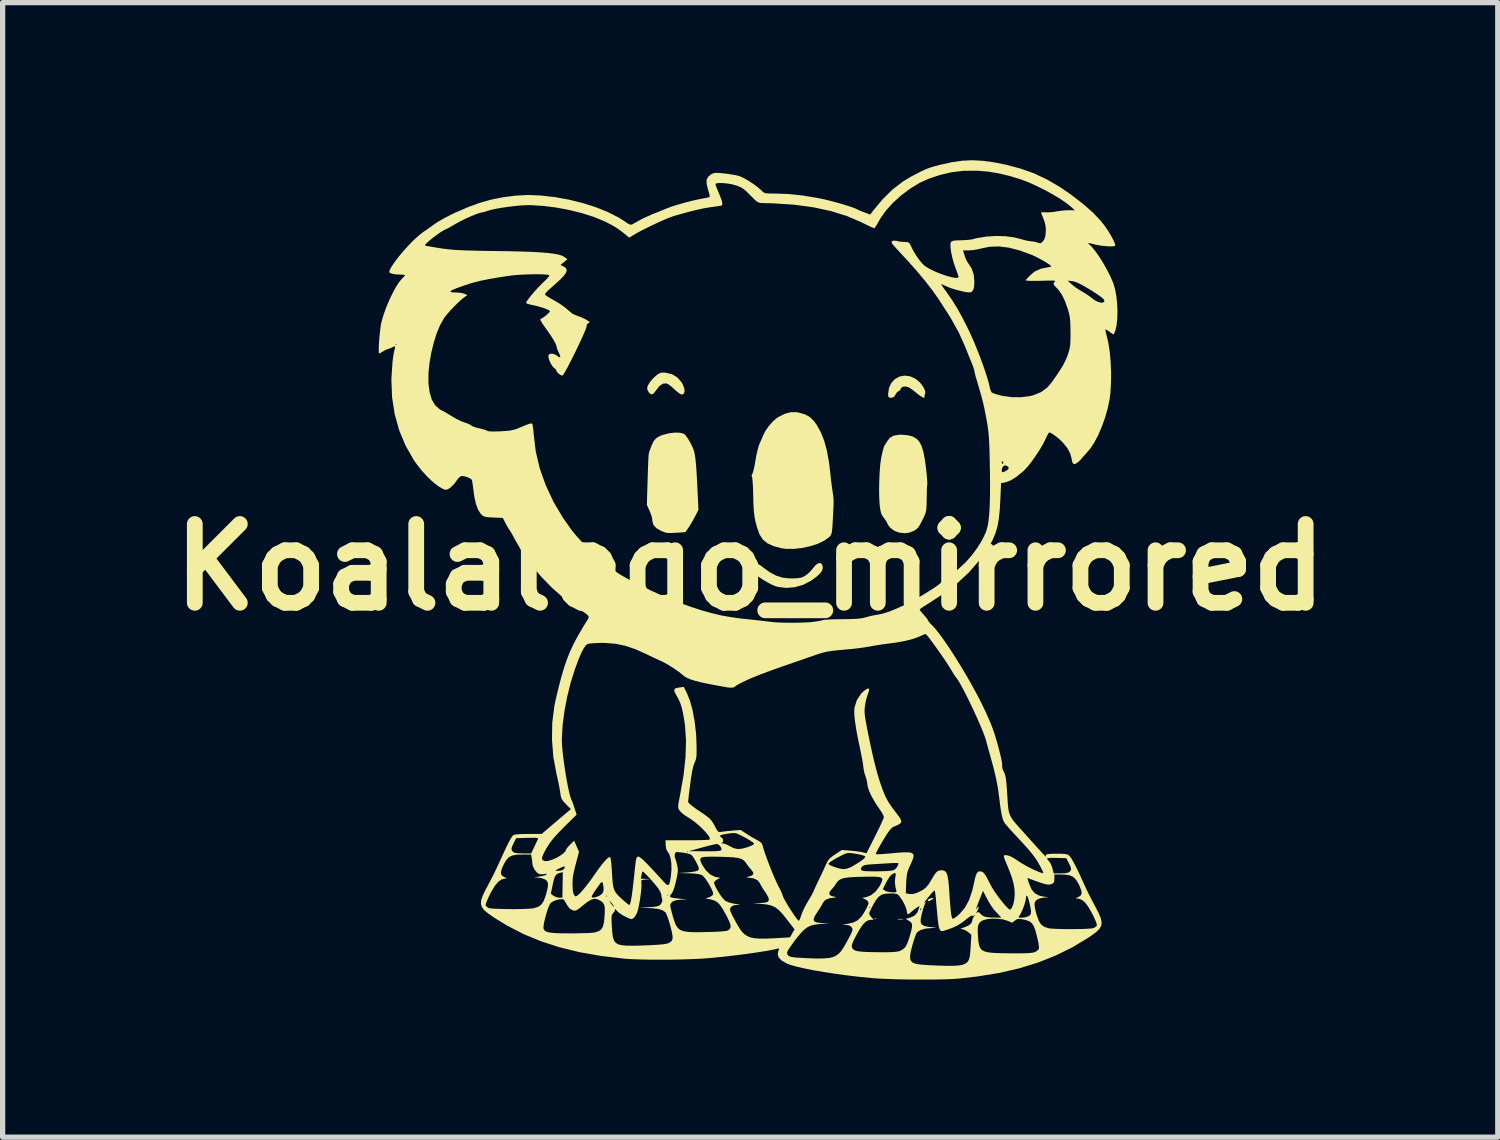
<source format=kicad_pcb>
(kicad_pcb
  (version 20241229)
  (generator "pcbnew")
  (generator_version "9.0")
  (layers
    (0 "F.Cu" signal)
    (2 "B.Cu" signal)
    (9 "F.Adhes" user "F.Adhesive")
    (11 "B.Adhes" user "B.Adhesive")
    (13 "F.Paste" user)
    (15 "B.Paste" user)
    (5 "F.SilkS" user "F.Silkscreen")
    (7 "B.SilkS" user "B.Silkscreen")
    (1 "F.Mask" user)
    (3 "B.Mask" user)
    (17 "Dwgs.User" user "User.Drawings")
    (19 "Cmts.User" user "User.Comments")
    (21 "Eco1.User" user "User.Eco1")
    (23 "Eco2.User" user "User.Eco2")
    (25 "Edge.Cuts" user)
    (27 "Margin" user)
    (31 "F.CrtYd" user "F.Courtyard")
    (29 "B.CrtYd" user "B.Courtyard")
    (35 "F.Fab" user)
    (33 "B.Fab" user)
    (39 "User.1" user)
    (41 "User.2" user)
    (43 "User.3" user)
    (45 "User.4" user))
  (footprint "Koalalogo_mirrored"
    (layer "F.Cu")
    (at 11.229 7.745)
    (property "Reference" "Koalalogo_mirrored" (at 0 0 0) (layer "F.SilkS") (effects (font (size 1.5 1.5) (thickness 0.3))))
    (attr board_only exclude_from_pos_files exclude_from_bom)
    (fp_poly (pts (xy -1.703 6.18) (xy -1.713 6.19) (xy -1.723 6.18) (xy -1.713 6.17)) (stroke (width 0) (type solid)) (fill yes) (layer "F.SilkS"))
    (fp_poly (pts (xy 2.397 6.677) (xy 2.394 6.689) (xy 2.384 6.691) (xy 2.367 6.683) (xy 2.37 6.677) (xy 2.394 6.675)) (stroke (width 0) (type solid)) (fill yes) (layer "F.SilkS"))
    (fp_poly (pts (xy 2.91 6.696) (xy 2.918 6.701) (xy 2.892 6.704) (xy 2.854 6.705) (xy 2.809 6.703) (xy 2.796 6.7) (xy 2.81 6.696) (xy 2.869 6.693)) (stroke (width 0) (type solid)) (fill yes) (layer "F.SilkS"))
    (fp_poly (pts (xy 3.485 6.306) (xy 3.489 6.316) (xy 3.488 6.315) (xy 3.467 6.321) (xy 3.457 6.327) (xy 3.417 6.351) (xy 3.386 6.358) (xy 3.376 6.345) (xy 3.378 6.341) (xy 3.402 6.316) (xy 3.441 6.3) (xy 3.476 6.299)) (stroke (width 0) (type solid)) (fill yes) (layer "F.SilkS"))
    (fp_poly (pts (xy -1.607 -3.701) (xy -1.487 -3.672) (xy -1.384 -3.609) (xy -1.304 -3.515) (xy -1.285 -3.48) (xy -1.255 -3.402) (xy -1.249 -3.34) (xy -1.266 -3.299) (xy -1.302 -3.285) (xy -1.335 -3.299) (xy -1.385 -3.334) (xy -1.441 -3.384) (xy -1.442 -3.385) (xy -1.5 -3.437) (xy -1.554 -3.478) (xy -1.592 -3.497) (xy -1.658 -3.494) (xy -1.724 -3.451) (xy -1.788 -3.372) (xy -1.793 -3.365) (xy -1.837 -3.307) (xy -1.876 -3.288) (xy -1.912 -3.306) (xy -1.932 -3.33) (xy -1.956 -3.376) (xy -1.963 -3.409) (xy -1.949 -3.457) (xy -1.911 -3.519) (xy -1.856 -3.586) (xy -1.794 -3.645) (xy -1.789 -3.649) (xy -1.738 -3.685) (xy -1.693 -3.702) (xy -1.636 -3.703)) (stroke (width 0) (type solid)) (fill yes) (layer "F.SilkS"))
    (fp_poly (pts (xy 3.043 -3.633) (xy 3.146 -3.586) (xy 3.221 -3.524) (xy 3.271 -3.466) (xy 3.309 -3.403) (xy 3.331 -3.347) (xy 3.332 -3.307) (xy 3.327 -3.299) (xy 3.316 -3.266) (xy 3.319 -3.253) (xy 3.319 -3.228) (xy 3.295 -3.227) (xy 3.25 -3.25) (xy 3.189 -3.294) (xy 3.162 -3.317) (xy 3.1 -3.367) (xy 3.044 -3.407) (xy 3.006 -3.428) (xy 2.949 -3.439) (xy 2.899 -3.432) (xy 2.869 -3.408) (xy 2.865 -3.393) (xy 2.848 -3.363) (xy 2.826 -3.352) (xy 2.792 -3.327) (xy 2.764 -3.283) (xy 2.736 -3.24) (xy 2.693 -3.225) (xy 2.682 -3.225) (xy 2.642 -3.23) (xy 2.627 -3.252) (xy 2.624 -3.29) (xy 2.641 -3.41) (xy 2.687 -3.508) (xy 2.757 -3.582) (xy 2.843 -3.629) (xy 2.94 -3.646)) (stroke (width 0) (type solid)) (fill yes) (layer "F.SilkS"))
    (fp_poly (pts (xy 1.371 -0.049) (xy 1.382 0.007) (xy 1.37 0.061) (xy 1.331 0.118) (xy 1.262 0.182) (xy 1.16 0.256) (xy 1.159 0.257) (xy 1.012 0.334) (xy 0.852 0.381) (xy 0.689 0.395) (xy 0.531 0.376) (xy 0.472 0.359) (xy 0.402 0.329) (xy 0.32 0.285) (xy 0.234 0.233) (xy 0.154 0.179) (xy 0.088 0.129) (xy 0.046 0.089) (xy 0.039 0.078) (xy 0.021 0.018) (xy 0.032 -0.034) (xy 0.056 -0.058) (xy 0.097 -0.072) (xy 0.138 -0.066) (xy 0.19 -0.037) (xy 0.242 0.002) (xy 0.373 0.097) (xy 0.494 0.161) (xy 0.616 0.199) (xy 0.75 0.214) (xy 0.82 0.214) (xy 0.906 0.21) (xy 0.967 0.2) (xy 1.016 0.18) (xy 1.058 0.155) (xy 1.122 0.103) (xy 1.18 0.039) (xy 1.195 0.02) (xy 1.247 -0.042) (xy 1.297 -0.075) (xy 1.341 -0.077)) (stroke (width 0) (type solid)) (fill yes) (layer "F.SilkS"))
    (fp_poly (pts (xy -1.333 -2.558) (xy -1.263 -2.539) (xy -1.229 -2.507) (xy -1.185 -2.447) (xy -1.138 -2.366) (xy -1.134 -2.358) (xy -1.109 -2.308) (xy -1.088 -2.262) (xy -1.071 -2.214) (xy -1.058 -2.159) (xy -1.047 -2.093) (xy -1.037 -2.011) (xy -1.028 -1.908) (xy -1.02 -1.778) (xy -1.011 -1.618) (xy -1.003 -1.462) (xy -0.985 -1.092) (xy -1.046 -0.972) (xy -1.09 -0.891) (xy -1.138 -0.809) (xy -1.169 -0.761) (xy -1.203 -0.711) (xy -1.226 -0.677) (xy -1.232 -0.669) (xy -1.25 -0.666) (xy -1.3 -0.662) (xy -1.372 -0.657) (xy -1.412 -0.655) (xy -1.503 -0.65) (xy -1.567 -0.651) (xy -1.618 -0.66) (xy -1.668 -0.679) (xy -1.696 -0.691) (xy -1.786 -0.743) (xy -1.84 -0.802) (xy -1.862 -0.872) (xy -1.863 -0.893) (xy -1.871 -0.946) (xy -1.893 -1.016) (xy -1.915 -1.071) (xy -1.967 -1.185) (xy -1.954 -1.629) (xy -1.949 -1.788) (xy -1.945 -1.913) (xy -1.941 -2.007) (xy -1.938 -2.076) (xy -1.934 -2.126) (xy -1.93 -2.16) (xy -1.925 -2.185) (xy -1.919 -2.204) (xy -1.915 -2.213) (xy -1.897 -2.262) (xy -1.878 -2.314) (xy -1.84 -2.396) (xy -1.791 -2.454) (xy -1.72 -2.496) (xy -1.653 -2.521) (xy -1.54 -2.549) (xy -1.43 -2.562)) (stroke (width 0) (type solid)) (fill yes) (layer "F.SilkS"))
    (fp_poly (pts (xy 2.997 -2.511) (xy 3.088 -2.489) (xy 3.161 -2.449) (xy 3.218 -2.389) (xy 3.262 -2.304) (xy 3.297 -2.19) (xy 3.325 -2.043) (xy 3.346 -1.883) (xy 3.357 -1.779) (xy 3.365 -1.689) (xy 3.37 -1.621) (xy 3.371 -1.582) (xy 3.37 -1.576) (xy 3.367 -1.551) (xy 3.363 -1.494) (xy 3.361 -1.414) (xy 3.359 -1.317) (xy 3.358 -1.306) (xy 3.357 -1.201) (xy 3.354 -1.125) (xy 3.346 -1.068) (xy 3.333 -1.019) (xy 3.312 -0.968) (xy 3.281 -0.904) (xy 3.275 -0.891) (xy 3.233 -0.811) (xy 3.198 -0.757) (xy 3.163 -0.722) (xy 3.121 -0.695) (xy 3.105 -0.687) (xy 3.02 -0.655) (xy 2.937 -0.646) (xy 2.839 -0.658) (xy 2.815 -0.664) (xy 2.738 -0.695) (xy 2.669 -0.746) (xy 2.621 -0.807) (xy 2.611 -0.83) (xy 2.591 -0.87) (xy 2.555 -0.923) (xy 2.54 -0.943) (xy 2.51 -0.986) (xy 2.49 -1.032) (xy 2.476 -1.094) (xy 2.464 -1.182) (xy 2.463 -1.194) (xy 2.456 -1.307) (xy 2.453 -1.447) (xy 2.455 -1.604) (xy 2.461 -1.765) (xy 2.472 -1.918) (xy 2.476 -1.963) (xy 2.486 -2.037) (xy 2.501 -2.119) (xy 2.519 -2.199) (xy 2.537 -2.267) (xy 2.553 -2.312) (xy 2.561 -2.324) (xy 2.578 -2.347) (xy 2.603 -2.39) (xy 2.604 -2.392) (xy 2.656 -2.461) (xy 2.729 -2.503) (xy 2.829 -2.52) (xy 2.885 -2.521)) (stroke (width 0) (type solid)) (fill yes) (layer "F.SilkS"))
    (fp_poly (pts (xy 0.921 -2.943) (xy 1.043 -2.908) (xy 1.137 -2.856) (xy 1.216 -2.777) (xy 1.263 -2.712) (xy 1.343 -2.57) (xy 1.408 -2.407) (xy 1.459 -2.219) (xy 1.499 -2.001) (xy 1.522 -1.808) (xy 1.534 -1.7) (xy 1.547 -1.589) (xy 1.56 -1.492) (xy 1.566 -1.452) (xy 1.575 -1.389) (xy 1.582 -1.337) (xy 1.586 -1.288) (xy 1.587 -1.234) (xy 1.585 -1.167) (xy 1.581 -1.079) (xy 1.575 -0.961) (xy 1.573 -0.917) (xy 1.566 -0.802) (xy 1.56 -0.721) (xy 1.553 -0.664) (xy 1.543 -0.627) (xy 1.53 -0.601) (xy 1.511 -0.58) (xy 1.504 -0.573) (xy 1.41 -0.505) (xy 1.287 -0.446) (xy 1.142 -0.399) (xy 0.987 -0.365) (xy 0.831 -0.348) (xy 0.683 -0.349) (xy 0.601 -0.359) (xy 0.447 -0.399) (xy 0.327 -0.454) (xy 0.239 -0.528) (xy 0.178 -0.621) (xy 0.165 -0.655) (xy 0.128 -0.763) (xy 0.101 -0.862) (xy 0.082 -0.962) (xy 0.069 -1.073) (xy 0.061 -1.204) (xy 0.057 -1.362) (xy 0.054 -1.477) (xy 0.049 -1.577) (xy 0.043 -1.657) (xy 0.037 -1.709) (xy 0.031 -1.726) (xy 0.026 -1.751) (xy 0.038 -1.77) (xy 0.051 -1.801) (xy 0.067 -1.862) (xy 0.085 -1.945) (xy 0.1 -2.035) (xy 0.119 -2.137) (xy 0.141 -2.232) (xy 0.162 -2.31) (xy 0.178 -2.352) (xy 0.21 -2.421) (xy 0.238 -2.488) (xy 0.243 -2.501) (xy 0.284 -2.585) (xy 0.347 -2.677) (xy 0.421 -2.763) (xy 0.495 -2.831) (xy 0.53 -2.855) (xy 0.655 -2.918) (xy 0.768 -2.949) (xy 0.878 -2.95)) (stroke (width 0) (type solid)) (fill yes) (layer "F.SilkS"))
    (fp_poly (pts (xy 4.428 -7.734) (xy 4.642 -7.705) (xy 4.859 -7.662) (xy 5.14 -7.588) (xy 5.4 -7.496) (xy 5.647 -7.38) (xy 5.893 -7.237) (xy 6.1 -7.095) (xy 6.328 -6.92) (xy 6.519 -6.753) (xy 6.671 -6.593) (xy 6.751 -6.491) (xy 6.814 -6.398) (xy 6.868 -6.309) (xy 6.91 -6.229) (xy 6.938 -6.166) (xy 6.947 -6.125) (xy 6.943 -6.116) (xy 6.913 -6.107) (xy 6.855 -6.105) (xy 6.778 -6.109) (xy 6.693 -6.117) (xy 6.611 -6.131) (xy 6.568 -6.14) (xy 6.488 -6.16) (xy 6.443 -6.168) (xy 6.43 -6.165) (xy 6.441 -6.154) (xy 6.497 -6.102) (xy 6.565 -6.019) (xy 6.639 -5.915) (xy 6.714 -5.796) (xy 6.786 -5.669) (xy 6.851 -5.543) (xy 6.903 -5.424) (xy 6.91 -5.407) (xy 6.944 -5.292) (xy 6.969 -5.157) (xy 6.984 -5.013) (xy 6.99 -4.866) (xy 6.986 -4.726) (xy 6.972 -4.6) (xy 6.948 -4.497) (xy 6.918 -4.43) (xy 6.901 -4.437) (xy 6.863 -4.462) (xy 6.842 -4.478) (xy 6.797 -4.509) (xy 6.767 -4.524) (xy 6.761 -4.524) (xy 6.761 -4.502) (xy 6.772 -4.454) (xy 6.782 -4.416) (xy 6.816 -4.271) (xy 6.843 -4.098) (xy 6.86 -3.906) (xy 6.869 -3.705) (xy 6.867 -3.507) (xy 6.856 -3.322) (xy 6.84 -3.194) (xy 6.805 -3.025) (xy 6.755 -2.849) (xy 6.693 -2.676) (xy 6.624 -2.515) (xy 6.549 -2.373) (xy 6.474 -2.259) (xy 6.449 -2.229) (xy 6.389 -2.16) (xy 6.328 -2.092) (xy 6.282 -2.038) (xy 6.234 -1.993) (xy 6.189 -1.966) (xy 6.174 -1.963) (xy 6.147 -1.97) (xy 6.131 -1.996) (xy 6.119 -2.052) (xy 6.119 -2.058) (xy 6.092 -2.161) (xy 6.04 -2.26) (xy 5.957 -2.364) (xy 5.941 -2.381) (xy 5.883 -2.437) (xy 5.819 -2.49) (xy 5.758 -2.533) (xy 5.71 -2.56) (xy 5.693 -2.564) (xy 5.676 -2.547) (xy 5.651 -2.503) (xy 5.626 -2.448) (xy 5.576 -2.349) (xy 5.51 -2.236) (xy 5.433 -2.118) (xy 5.353 -2.005) (xy 5.276 -1.908) (xy 5.209 -1.837) (xy 5.205 -1.833) (xy 5.075 -1.726) (xy 4.961 -1.653) (xy 4.863 -1.616) (xy 4.849 -1.613) (xy 4.774 -1.6) (xy 4.761 -1.296) (xy 4.75 -1.094) (xy 4.732 -0.923) (xy 4.706 -0.776) (xy 4.667 -0.644) (xy 4.614 -0.518) (xy 4.542 -0.39) (xy 4.449 -0.252) (xy 4.337 -0.101) (xy 4.16 0.102) (xy 3.946 0.301) (xy 3.694 0.495) (xy 3.407 0.683) (xy 3.37 0.705) (xy 3.304 0.746) (xy 3.254 0.78) (xy 3.227 0.803) (xy 3.225 0.807) (xy 3.238 0.829) (xy 3.27 0.87) (xy 3.305 0.909) (xy 3.348 0.959) (xy 3.377 0.998) (xy 3.385 1.015) (xy 3.399 1.039) (xy 3.433 1.078) (xy 3.45 1.094) (xy 3.518 1.166) (xy 3.6 1.269) (xy 3.693 1.397) (xy 3.795 1.547) (xy 3.902 1.712) (xy 4.011 1.889) (xy 4.12 2.071) (xy 4.224 2.255) (xy 4.322 2.434) (xy 4.409 2.605) (xy 4.484 2.761) (xy 4.508 2.814) (xy 4.525 2.854) (xy 4.552 2.915) (xy 4.575 2.967) (xy 4.606 3.047) (xy 4.641 3.146) (xy 4.676 3.258) (xy 4.71 3.376) (xy 4.741 3.492) (xy 4.767 3.598) (xy 4.787 3.689) (xy 4.797 3.756) (xy 4.796 3.792) (xy 4.796 3.793) (xy 4.798 3.827) (xy 4.818 3.877) (xy 4.827 3.894) (xy 4.844 3.932) (xy 4.858 3.981) (xy 4.869 4.048) (xy 4.878 4.14) (xy 4.888 4.265) (xy 4.888 4.272) (xy 4.897 4.41) (xy 4.904 4.518) (xy 4.913 4.602) (xy 4.927 4.671) (xy 4.949 4.73) (xy 4.982 4.788) (xy 5.028 4.85) (xy 5.092 4.924) (xy 5.176 5.017) (xy 5.251 5.1) (xy 5.362 5.224) (xy 5.45 5.321) (xy 5.516 5.394) (xy 5.563 5.446) (xy 5.596 5.48) (xy 5.615 5.5) (xy 5.625 5.507) (xy 5.628 5.505) (xy 5.627 5.496) (xy 5.625 5.489) (xy 5.629 5.474) (xy 5.651 5.465) (xy 5.698 5.458) (xy 5.776 5.454) (xy 5.809 5.454) (xy 5.923 5.454) (xy 6.007 5.461) (xy 6.05 5.474) (xy 6.078 5.497) (xy 6.113 5.545) (xy 6.156 5.618) (xy 6.209 5.721) (xy 6.274 5.856) (xy 6.351 6.026) (xy 6.352 6.029) (xy 6.397 6.126) (xy 6.454 6.242) (xy 6.515 6.361) (xy 6.564 6.453) (xy 6.63 6.58) (xy 6.672 6.68) (xy 6.689 6.76) (xy 6.68 6.828) (xy 6.642 6.89) (xy 6.574 6.954) (xy 6.476 7.025) (xy 6.431 7.055) (xy 6.129 7.237) (xy 5.811 7.393) (xy 5.476 7.526) (xy 5.118 7.636) (xy 4.734 7.724) (xy 4.321 7.791) (xy 3.966 7.831) (xy 3.853 7.839) (xy 3.708 7.844) (xy 3.538 7.848) (xy 3.351 7.849) (xy 3.155 7.849) (xy 2.958 7.847) (xy 2.767 7.843) (xy 2.59 7.837) (xy 2.436 7.829) (xy 2.317 7.821) (xy 2.076 7.797) (xy 1.839 7.769) (xy 1.611 7.738) (xy 1.397 7.705) (xy 1.2 7.671) (xy 1.026 7.636) (xy 0.878 7.602) (xy 0.761 7.568) (xy 0.681 7.536) (xy 0.591 7.481) (xy 0.539 7.423) (xy 0.524 7.36) (xy 0.531 7.33) (xy 0.701 7.33) (xy 0.708 7.371) (xy 0.73 7.399) (xy 0.776 7.417) (xy 0.851 7.428) (xy 0.916 7.433) (xy 1.116 7.444) (xy 1.28 7.449) (xy 1.41 7.446) (xy 1.508 7.437) (xy 1.577 7.42) (xy 1.586 7.417) (xy 3.041 7.417) (xy 3.05 7.479) (xy 3.084 7.522) (xy 3.146 7.548) (xy 3.241 7.564) (xy 3.365 7.573) (xy 3.576 7.583) (xy 3.748 7.588) (xy 3.882 7.587) (xy 3.98 7.58) (xy 4.043 7.568) (xy 4.052 7.565) (xy 4.103 7.54) (xy 4.139 7.51) (xy 4.163 7.468) (xy 4.179 7.407) (xy 4.189 7.318) (xy 4.195 7.229) (xy 4.209 6.997) (xy 4.146 6.944) (xy 4.101 6.915) (xy 4.33 6.915) (xy 4.334 7.016) (xy 4.336 7.042) (xy 4.344 7.128) (xy 4.356 7.196) (xy 4.377 7.248) (xy 4.41 7.287) (xy 4.46 7.314) (xy 4.532 7.331) (xy 4.63 7.342) (xy 4.758 7.347) (xy 4.92 7.349) (xy 4.974 7.35) (xy 5.119 7.35) (xy 5.23 7.348) (xy 5.312 7.344) (xy 5.37 7.338) (xy 5.409 7.33) (xy 5.427 7.322) (xy 5.471 7.292) (xy 5.496 7.261) (xy 5.496 7.229) (xy 5.488 7.168) (xy 5.472 7.088) (xy 5.456 7.021) (xy 5.426 6.909) (xy 5.395 6.829) (xy 5.359 6.776) (xy 5.312 6.74) (xy 5.248 6.717) (xy 5.204 6.707) (xy 5.139 6.695) (xy 5.097 6.694) (xy 5.065 6.707) (xy 5.039 6.726) (xy 4.986 6.768) (xy 4.895 6.729) (xy 4.81 6.704) (xy 4.707 6.691) (xy 4.601 6.689) (xy 4.503 6.7) (xy 4.428 6.722) (xy 4.414 6.729) (xy 4.373 6.759) (xy 4.347 6.794) (xy 4.333 6.844) (xy 4.33 6.915) (xy 4.101 6.915) (xy 4.092 6.909) (xy 4.039 6.89) (xy 4.03 6.889) (xy 4.004 6.886) (xy 4.011 6.878) (xy 4.053 6.863) (xy 4.064 6.859) (xy 4.155 6.821) (xy 4.21 6.774) (xy 4.227 6.724) (xy 4.239 6.678) (xy 4.262 6.642) (xy 4.285 6.614) (xy 4.282 6.613) (xy 4.262 6.628) (xy 4.234 6.644) (xy 4.227 6.632) (xy 4.213 6.632) (xy 4.176 6.654) (xy 4.123 6.692) (xy 4.113 6.701) (xy 4.024 6.77) (xy 3.946 6.819) (xy 3.862 6.859) (xy 3.77 6.893) (xy 3.698 6.917) (xy 3.655 6.927) (xy 3.631 6.924) (xy 3.615 6.907) (xy 3.604 6.887) (xy 3.596 6.868) (xy 3.588 6.838) (xy 3.581 6.794) (xy 3.573 6.731) (xy 3.563 6.644) (xy 3.553 6.528) (xy 3.539 6.379) (xy 3.533 6.305) (xy 3.525 6.232) (xy 3.517 6.178) (xy 3.509 6.152) (xy 3.508 6.151) (xy 3.49 6.166) (xy 3.454 6.205) (xy 3.407 6.261) (xy 3.386 6.286) (xy 3.342 6.342) (xy 3.315 6.379) (xy 3.308 6.393) (xy 3.314 6.39) (xy 3.34 6.371) (xy 3.34 6.381) (xy 3.327 6.406) (xy 3.31 6.448) (xy 3.289 6.515) (xy 3.267 6.592) (xy 3.266 6.596) (xy 3.246 6.688) (xy 3.244 6.754) (xy 3.264 6.799) (xy 3.311 6.828) (xy 3.39 6.846) (xy 3.496 6.857) (xy 3.533 6.861) (xy 3.535 6.864) (xy 3.5 6.866) (xy 3.465 6.868) (xy 3.34 6.879) (xy 3.244 6.906) (xy 3.181 6.945) (xy 3.177 6.949) (xy 3.158 6.983) (xy 3.133 7.046) (xy 3.106 7.129) (xy 3.083 7.209) (xy 3.054 7.328) (xy 3.041 7.417) (xy 1.586 7.417) (xy 1.593 7.414) (xy 1.646 7.386) (xy 1.691 7.351) (xy 1.733 7.303) (xy 1.779 7.234) (xy 1.789 7.217) (xy 1.933 7.217) (xy 1.94 7.242) (xy 1.94 7.243) (xy 1.956 7.268) (xy 1.981 7.289) (xy 2.02 7.304) (xy 2.078 7.314) (xy 2.159 7.321) (xy 2.269 7.326) (xy 2.413 7.328) (xy 2.47 7.329) (xy 2.611 7.329) (xy 2.717 7.325) (xy 2.792 7.318) (xy 2.841 7.308) (xy 2.85 7.304) (xy 2.906 7.274) (xy 2.949 7.234) (xy 2.984 7.175) (xy 3.016 7.088) (xy 3.035 7.029) (xy 3.063 6.927) (xy 3.079 6.854) (xy 3.081 6.805) (xy 3.069 6.771) (xy 3.042 6.745) (xy 3.022 6.732) (xy 2.959 6.694) (xy 3.039 6.672) (xy 3.123 6.635) (xy 3.179 6.575) (xy 3.198 6.529) (xy 3.23 6.529) (xy 3.233 6.53) (xy 3.251 6.516) (xy 3.255 6.51) (xy 3.26 6.492) (xy 3.257 6.49) (xy 3.239 6.504) (xy 3.235 6.51) (xy 3.23 6.529) (xy 3.198 6.529) (xy 3.205 6.511) (xy 3.223 6.447) (xy 3.169 6.481) (xy 3.114 6.521) (xy 3.064 6.563) (xy 3.019 6.6) (xy 2.995 6.606) (xy 2.985 6.582) (xy 2.984 6.565) (xy 2.972 6.506) (xy 2.942 6.429) (xy 2.898 6.347) (xy 2.853 6.28) (xy 2.822 6.242) (xy 2.792 6.221) (xy 2.751 6.212) (xy 2.686 6.21) (xy 2.671 6.21) (xy 2.574 6.215) (xy 2.501 6.234) (xy 2.443 6.274) (xy 2.39 6.341) (xy 2.345 6.417) (xy 2.308 6.488) (xy 2.279 6.548) (xy 2.265 6.586) (xy 2.264 6.592) (xy 2.276 6.624) (xy 2.307 6.664) (xy 2.307 6.664) (xy 2.351 6.711) (xy 2.305 6.711) (xy 2.248 6.72) (xy 2.194 6.751) (xy 2.141 6.807) (xy 2.082 6.894) (xy 2.029 6.988) (xy 1.981 7.079) (xy 1.951 7.143) (xy 1.936 7.186) (xy 1.933 7.217) (xy 1.789 7.217) (xy 1.833 7.139) (xy 1.86 7.09) (xy 1.905 7.005) (xy 1.933 6.947) (xy 1.946 6.909) (xy 1.946 6.883) (xy 1.936 6.862) (xy 1.932 6.855) (xy 1.895 6.823) (xy 1.836 6.809) (xy 1.817 6.808) (xy 1.774 6.806) (xy 1.764 6.804) (xy 1.788 6.798) (xy 1.85 6.789) (xy 1.85 6.789) (xy 1.963 6.763) (xy 2.047 6.72) (xy 2.115 6.652) (xy 2.158 6.589) (xy 2.21 6.499) (xy 2.219 6.48) (xy 2.264 6.48) (xy 2.274 6.49) (xy 2.284 6.48) (xy 2.274 6.47) (xy 2.264 6.48) (xy 2.219 6.48) (xy 2.24 6.435) (xy 2.251 6.392) (xy 2.241 6.361) (xy 2.213 6.336) (xy 2.186 6.321) (xy 2.133 6.294) (xy 2.211 6.279) (xy 2.301 6.243) (xy 2.386 6.174) (xy 2.421 6.128) (xy 2.524 6.128) (xy 2.569 6.159) (xy 2.607 6.175) (xy 2.661 6.185) (xy 2.717 6.19) (xy 2.762 6.188) (xy 2.784 6.177) (xy 2.784 6.175) (xy 2.779 6.147) (xy 2.767 6.098) (xy 2.763 6.085) (xy 2.753 5.988) (xy 2.76 5.912) (xy 2.769 5.854) (xy 2.767 5.827) (xy 2.754 5.822) (xy 2.746 5.823) (xy 2.7 5.844) (xy 2.659 5.883) (xy 2.616 5.949) (xy 2.587 6.004) (xy 2.524 6.128) (xy 2.421 6.128) (xy 2.459 6.077) (xy 2.476 6.045) (xy 2.502 5.992) (xy 2.514 5.952) (xy 2.509 5.923) (xy 2.484 5.905) (xy 2.433 5.895) (xy 2.353 5.891) (xy 2.24 5.891) (xy 2.134 5.893) (xy 1.99 5.897) (xy 1.879 5.904) (xy 1.797 5.915) (xy 1.736 5.932) (xy 1.691 5.957) (xy 1.656 5.99) (xy 1.625 6.035) (xy 1.587 6.09) (xy 1.547 6.135) (xy 1.543 6.139) (xy 1.508 6.187) (xy 1.507 6.228) (xy 1.541 6.257) (xy 1.557 6.261) (xy 1.615 6.275) (xy 1.635 6.283) (xy 1.62 6.287) (xy 1.603 6.288) (xy 1.5 6.303) (xy 1.425 6.338) (xy 1.382 6.391) (xy 1.382 6.391) (xy 1.357 6.439) (xy 1.318 6.504) (xy 1.279 6.562) (xy 1.227 6.644) (xy 1.206 6.702) (xy 1.217 6.74) (xy 1.263 6.762) (xy 1.345 6.772) (xy 1.381 6.774) (xy 1.512 6.777) (xy 1.341 6.79) (xy 1.239 6.802) (xy 1.157 6.821) (xy 1.087 6.854) (xy 1.021 6.905) (xy 0.951 6.978) (xy 0.869 7.081) (xy 0.856 7.096) (xy 0.798 7.176) (xy 0.749 7.246) (xy 0.715 7.299) (xy 0.702 7.329) (xy 0.701 7.33) (xy 0.531 7.33) (xy 0.535 7.311) (xy 0.548 7.27) (xy 0.543 7.256) (xy 0.524 7.259) (xy 0.449 7.278) (xy 0.339 7.299) (xy 0.202 7.321) (xy 0.043 7.345) (xy -0.132 7.369) (xy -0.316 7.392) (xy -0.503 7.413) (xy -0.687 7.432) (xy -0.791 7.442) (xy -0.94 7.452) (xy -1.115 7.46) (xy -1.309 7.466) (xy -1.514 7.47) (xy -1.721 7.471) (xy -1.921 7.47) (xy -2.107 7.466) (xy -2.269 7.46) (xy -2.401 7.451) (xy -2.404 7.45) (xy -2.842 7.399) (xy -3.249 7.328) (xy -3.627 7.235) (xy -3.981 7.121) (xy -4.313 6.984) (xy -4.53 6.872) (xy -3.936 6.872) (xy -3.934 6.88) (xy -3.918 6.909) (xy -3.891 6.931) (xy -3.85 6.947) (xy -3.788 6.958) (xy -3.702 6.965) (xy -3.585 6.969) (xy -3.433 6.97) (xy -3.425 6.97) (xy -3.299 6.969) (xy -3.181 6.966) (xy -3.08 6.963) (xy -3.003 6.958) (xy -2.958 6.952) (xy -2.958 6.952) (xy -2.887 6.93) (xy -2.837 6.896) (xy -2.805 6.844) (xy -2.785 6.767) (xy -2.779 6.711) (xy -2.64 6.711) (xy -2.636 6.793) (xy -2.633 6.85) (xy -2.625 6.956) (xy -2.614 7.04) (xy -2.594 7.103) (xy -2.562 7.148) (xy -2.512 7.179) (xy -2.44 7.196) (xy -2.343 7.204) (xy -2.214 7.205) (xy -2.051 7.201) (xy -2.033 7.2) (xy -1.867 7.193) (xy -1.735 7.185) (xy -1.638 7.175) (xy -1.579 7.164) (xy -1.569 7.161) (xy -1.521 7.137) (xy -1.491 7.108) (xy -1.477 7.066) (xy -1.48 7.006) (xy -1.497 6.92) (xy -1.52 6.828) (xy -1.547 6.736) (xy -1.575 6.655) (xy -1.599 6.595) (xy -1.614 6.568) (xy -1.668 6.531) (xy -1.75 6.505) (xy -1.866 6.491) (xy -1.953 6.487) (xy -2.113 6.484) (xy -1.926 6.472) (xy -1.836 6.465) (xy -1.776 6.456) (xy -1.738 6.444) (xy -1.712 6.426) (xy -1.7 6.412) (xy -1.673 6.357) (xy -1.676 6.322) (xy -1.688 6.271) (xy -1.527 6.271) (xy -1.503 6.286) (xy -1.448 6.298) (xy -1.358 6.308) (xy -1.345 6.31) (xy -1.192 6.324) (xy -1.313 6.327) (xy -1.415 6.339) (xy -1.484 6.367) (xy -1.518 6.411) (xy -1.522 6.436) (xy -1.516 6.475) (xy -1.501 6.54) (xy -1.48 6.62) (xy -1.472 6.649) (xy -1.443 6.741) (xy -1.415 6.812) (xy -1.38 6.865) (xy -1.335 6.903) (xy -1.274 6.927) (xy -1.191 6.941) (xy -1.082 6.947) (xy -0.941 6.947) (xy -0.851 6.945) (xy -0.694 6.941) (xy -0.571 6.935) (xy -0.484 6.927) (xy -0.434 6.918) (xy -0.427 6.915) (xy -0.391 6.889) (xy -0.374 6.857) (xy -0.375 6.812) (xy -0.397 6.748) (xy -0.439 6.66) (xy -0.468 6.605) (xy -0.527 6.501) (xy -0.577 6.427) (xy -0.625 6.378) (xy -0.678 6.346) (xy -0.743 6.326) (xy -0.771 6.32) (xy -0.851 6.306) (xy -0.781 6.283) (xy -0.734 6.259) (xy -0.706 6.23) (xy -0.705 6.225) (xy -0.711 6.184) (xy -0.737 6.123) (xy -0.775 6.05) (xy -0.82 5.977) (xy -0.866 5.913) (xy -0.907 5.87) (xy -0.922 5.859) (xy -0.982 5.841) (xy -1.079 5.83) (xy -1.176 5.826) (xy -1.372 5.822) (xy -1.2 5.811) (xy -1.114 5.802) (xy -1.044 5.79) (xy -1.001 5.776) (xy -0.996 5.772) (xy -0.98 5.755) (xy -0.978 5.731) (xy -0.991 5.692) (xy -1.021 5.629) (xy -1.025 5.62) (xy -1.062 5.553) (xy -1.065 5.55) (xy -0.95 5.55) (xy -0.95 5.581) (xy -0.934 5.624) (xy -0.914 5.664) (xy -0.846 5.768) (xy -0.764 5.846) (xy -0.675 5.892) (xy -0.648 5.898) (xy -0.571 5.913) (xy -0.624 5.941) (xy -0.665 5.969) (xy -0.687 5.995) (xy -0.683 6.029) (xy -0.66 6.085) (xy -0.623 6.153) (xy -0.579 6.224) (xy -0.533 6.289) (xy -0.49 6.337) (xy -0.468 6.355) (xy -0.412 6.378) (xy -0.337 6.399) (xy -0.288 6.408) (xy -0.226 6.417) (xy -0.201 6.423) (xy -0.212 6.426) (xy -0.254 6.428) (xy -0.254 6.428) (xy -0.32 6.437) (xy -0.361 6.464) (xy -0.369 6.474) (xy -0.381 6.496) (xy -0.384 6.519) (xy -0.376 6.553) (xy -0.353 6.603) (xy -0.314 6.679) (xy -0.298 6.709) (xy -0.238 6.818) (xy -0.189 6.896) (xy -0.146 6.952) (xy -0.103 6.992) (xy -0.054 7.022) (xy -0.03 7.033) (xy 0.021 7.051) (xy 0.086 7.063) (xy 0.171 7.07) (xy 0.28 7.07) (xy 0.42 7.065) (xy 0.546 7.058) (xy 0.757 7.045) (xy 0.8 6.969) (xy 0.843 6.893) (xy 0.697 6.703) (xy 0.613 6.599) (xy 0.542 6.524) (xy 0.474 6.472) (xy 0.401 6.44) (xy 0.315 6.42) (xy 0.222 6.41) (xy 0.05 6.396) (xy 0.181 6.393) (xy 0.276 6.386) (xy 0.334 6.369) (xy 0.356 6.336) (xy 0.346 6.285) (xy 0.304 6.211) (xy 0.283 6.181) (xy 0.238 6.114) (xy 0.201 6.05) (xy 0.181 6.01) (xy 0.138 5.957) (xy 0.063 5.923) (xy -0.04 5.908) (xy -0.04 5.908) (xy -0.07 5.905) (xy -0.066 5.899) (xy -0.026 5.888) (xy 0.005 5.881) (xy 0.049 5.857) (xy 0.059 5.819) (xy 0.033 5.772) (xy 0.019 5.758) (xy -0.019 5.716) (xy -0.059 5.661) (xy -0.063 5.655) (xy -0.094 5.61) (xy -0.129 5.576) (xy -0.174 5.551) (xy -0.235 5.534) (xy -0.317 5.523) (xy -0.428 5.517) (xy -0.572 5.512) (xy -0.712 5.51) (xy -0.815 5.511) (xy -0.887 5.516) (xy -0.931 5.529) (xy -0.95 5.55) (xy -1.065 5.55) (xy -1.098 5.499) (xy -1.126 5.471) (xy -1.165 5.456) (xy -1.23 5.441) (xy -1.294 5.431) (xy -1.364 5.424) (xy -1.404 5.424) (xy -1.423 5.433) (xy -1.433 5.454) (xy -1.435 5.461) (xy -1.438 5.506) (xy -1.432 5.529) (xy -1.42 5.56) (xy -1.404 5.616) (xy -1.392 5.663) (xy -1.381 5.719) (xy -1.377 5.768) (xy -1.382 5.824) (xy -1.395 5.897) (xy -1.411 5.972) (xy -1.443 6.094) (xy -1.474 6.178) (xy -1.5 6.218) (xy -1.525 6.249) (xy -1.527 6.271) (xy -1.688 6.271) (xy -1.689 6.268) (xy -1.692 6.24) (xy -1.582 6.24) (xy -1.572 6.25) (xy -1.562 6.24) (xy -1.572 6.23) (xy -1.582 6.24) (xy -1.692 6.24) (xy -1.694 6.227) (xy -1.709 6.18) (xy -1.752 6.112) (xy -1.825 6.021) (xy -1.9 5.937) (xy -1.987 5.944) (xy -2.044 5.95) (xy -2.07 5.961) (xy -2.075 5.983) (xy -2.071 6.008) (xy -2.069 6.055) (xy -2.074 6.131) (xy -2.084 6.225) (xy -2.098 6.326) (xy -2.115 6.424) (xy -2.133 6.508) (xy -2.15 6.568) (xy -2.152 6.575) (xy -2.182 6.631) (xy -2.217 6.675) (xy -2.218 6.676) (xy -2.241 6.693) (xy -2.265 6.698) (xy -2.3 6.688) (xy -2.358 6.661) (xy -2.378 6.652) (xy -2.448 6.613) (xy -2.508 6.569) (xy -2.541 6.537) (xy -2.566 6.508) (xy -2.575 6.506) (xy -2.573 6.512) (xy -2.579 6.547) (xy -2.605 6.581) (xy -2.622 6.6) (xy -2.634 6.622) (xy -2.639 6.657) (xy -2.64 6.711) (xy -2.779 6.711) (xy -2.774 6.661) (xy -2.768 6.553) (xy -2.769 6.476) (xy -2.781 6.423) (xy -2.804 6.385) (xy -2.841 6.355) (xy -2.849 6.35) (xy -2.677 6.35) (xy -2.673 6.364) (xy -2.652 6.399) (xy -2.644 6.41) (xy -2.614 6.449) (xy -2.593 6.469) (xy -2.591 6.47) (xy -2.595 6.456) (xy -2.617 6.421) (xy -2.624 6.41) (xy -2.655 6.371) (xy -2.675 6.351) (xy -2.677 6.35) (xy -2.849 6.35) (xy -2.851 6.349) (xy -2.912 6.319) (xy -2.968 6.311) (xy -3.026 6.328) (xy -3.097 6.37) (xy -3.173 6.429) (xy -3.242 6.486) (xy -3.291 6.52) (xy -3.326 6.536) (xy -3.356 6.537) (xy -3.376 6.533) (xy -3.437 6.497) (xy -3.481 6.439) (xy -3.513 6.384) (xy -3.538 6.342) (xy -3.543 6.332) (xy -3.573 6.319) (xy -3.625 6.321) (xy -3.688 6.335) (xy -3.75 6.36) (xy -3.797 6.391) (xy -3.802 6.397) (xy -3.824 6.434) (xy -3.85 6.499) (xy -3.876 6.581) (xy -3.901 6.669) (xy -3.921 6.754) (xy -3.933 6.825) (xy -3.936 6.872) (xy -4.53 6.872) (xy -4.627 6.822) (xy -4.868 6.674) (xy -4.979 6.598) (xy -5.058 6.533) (xy -5.107 6.471) (xy -5.117 6.437) (xy -5.036 6.437) (xy -5.011 6.467) (xy -4.982 6.486) (xy -4.946 6.494) (xy -4.879 6.5) (xy -4.787 6.504) (xy -4.678 6.507) (xy -4.56 6.508) (xy -4.442 6.508) (xy -4.33 6.506) (xy -4.233 6.502) (xy -4.158 6.497) (xy -4.118 6.491) (xy -4.037 6.465) (xy -3.978 6.424) (xy -3.934 6.36) (xy -3.898 6.266) (xy -3.893 6.248) (xy -3.883 6.214) (xy -3.795 6.214) (xy -3.748 6.252) (xy -3.693 6.28) (xy -3.639 6.29) (xy -3.576 6.29) (xy -3.575 6.282) (xy -3.017 6.282) (xy -3 6.289) (xy -2.953 6.284) (xy -2.952 6.283) (xy -2.889 6.263) (xy -2.884 6.26) (xy -2.744 6.26) (xy -2.734 6.27) (xy -2.724 6.26) (xy -2.734 6.25) (xy -2.744 6.26) (xy -2.884 6.26) (xy -2.834 6.23) (xy -2.832 6.228) (xy -2.801 6.189) (xy -2.791 6.143) (xy -2.792 6.096) (xy -2.802 6.026) (xy -2.817 5.994) (xy -2.839 6) (xy -2.855 6.02) (xy -2.883 6.06) (xy -2.923 6.115) (xy -2.941 6.14) (xy -2.978 6.195) (xy -3.005 6.242) (xy -3.012 6.258) (xy -3.017 6.282) (xy -3.575 6.282) (xy -3.571 6.047) (xy -3.567 5.805) (xy -3.621 5.818) (xy -3.666 5.834) (xy -3.698 5.859) (xy -3.722 5.902) (xy -3.743 5.97) (xy -3.76 6.047) (xy -3.795 6.214) (xy -3.883 6.214) (xy -3.863 6.14) (xy -3.85 6.063) (xy -3.851 6.01) (xy -3.869 5.973) (xy -3.902 5.945) (xy -3.904 5.944) (xy -3.963 5.921) (xy -4.034 5.908) (xy -4.049 5.907) (xy -4.095 5.905) (xy -4.107 5.902) (xy -4.083 5.898) (xy -4.023 5.89) (xy -4.02 5.889) (xy -3.952 5.877) (xy -3.9 5.862) (xy -3.88 5.85) (xy -3.871 5.835) (xy -3.894 5.836) (xy -3.911 5.84) (xy -3.971 5.846) (xy -4.014 5.842) (xy -4.058 5.814) (xy -4.089 5.776) (xy -3.706 5.776) (xy -3.688 5.78) (xy -3.645 5.779) (xy -3.633 5.779) (xy -3.573 5.765) (xy -3.541 5.74) (xy -3.53 5.708) (xy -3.532 5.696) (xy -3.552 5.699) (xy -3.594 5.715) (xy -3.643 5.737) (xy -3.685 5.76) (xy -3.705 5.775) (xy -3.706 5.776) (xy -4.089 5.776) (xy -4.101 5.762) (xy -4.134 5.699) (xy -4.147 5.64) (xy -4.147 5.64) (xy -4.151 5.586) (xy -4.156 5.549) (xy -3.964 5.549) (xy -3.95 5.577) (xy -3.916 5.592) (xy -3.901 5.595) (xy -3.846 5.591) (xy -3.774 5.57) (xy -3.696 5.536) (xy -3.621 5.494) (xy -3.558 5.449) (xy -3.517 5.407) (xy -3.506 5.379) (xy -3.492 5.353) (xy -3.458 5.312) (xy -3.428 5.281) (xy -3.351 5.206) (xy -3.305 5.312) (xy -3.259 5.419) (xy -3.304 5.589) (xy -3.336 5.711) (xy -3.358 5.804) (xy -3.372 5.877) (xy -3.38 5.94) (xy -3.382 6.001) (xy -3.382 6.04) (xy -3.377 6.149) (xy -3.362 6.221) (xy -3.338 6.259) (xy -3.323 6.266) (xy -3.293 6.253) (xy -3.245 6.211) (xy -3.183 6.143) (xy -3.11 6.053) (xy -3.029 5.946) (xy -2.969 5.859) (xy -2.882 5.736) (xy -2.806 5.638) (xy -2.744 5.567) (xy -2.698 5.526) (xy -2.669 5.517) (xy -2.666 5.519) (xy -2.657 5.546) (xy -2.648 5.604) (xy -2.64 5.686) (xy -2.633 5.782) (xy -2.633 5.789) (xy -2.625 5.921) (xy -2.616 6.021) (xy -2.603 6.096) (xy -2.583 6.154) (xy -2.553 6.203) (xy -2.511 6.251) (xy -2.453 6.306) (xy -2.451 6.309) (xy -2.39 6.362) (xy -2.34 6.404) (xy -2.309 6.427) (xy -2.302 6.43) (xy -2.287 6.41) (xy -2.271 6.351) (xy -2.254 6.253) (xy -2.236 6.117) (xy -2.217 5.944) (xy -2.215 5.929) (xy -2.082 5.929) (xy -1.988 5.933) (xy -1.901 5.936) (xy -1.9 5.937) (xy -1.893 5.937) (xy -1.901 5.936) (xy -1.927 5.907) (xy -1.958 5.874) (xy -2.004 5.828) (xy -2.037 5.798) (xy -2.051 5.791) (xy -2.059 5.814) (xy -2.069 5.86) (xy -2.07 5.864) (xy -2.082 5.929) (xy -2.215 5.929) (xy -2.213 5.909) (xy -2.199 5.774) (xy -2.188 5.673) (xy -2.179 5.601) (xy -2.17 5.554) (xy -2.16 5.527) (xy -2.149 5.513) (xy -2.134 5.509) (xy -2.124 5.509) (xy -2.095 5.524) (xy -2.041 5.569) (xy -1.963 5.646) (xy -1.861 5.753) (xy -1.734 5.891) (xy -1.65 5.984) (xy -1.603 6.032) (xy -1.57 6.052) (xy -1.546 6.04) (xy -1.529 5.994) (xy -1.514 5.911) (xy -1.511 5.889) (xy -1.499 5.758) (xy -1.501 5.637) (xy -1.517 5.533) (xy -1.544 5.456) (xy -1.567 5.424) (xy -1.57 5.419) (xy -1.202 5.419) (xy -1.192 5.429) (xy -1.182 5.419) (xy -1.192 5.409) (xy -1.202 5.419) (xy -1.57 5.419) (xy -1.577 5.406) (xy -1.172 5.406) (xy -0.866 5.407) (xy -0.746 5.407) (xy -0.661 5.405) (xy -0.604 5.402) (xy -0.57 5.395) (xy -0.552 5.385) (xy -0.548 5.378) (xy -0.552 5.34) (xy -0.579 5.3) (xy -0.618 5.273) (xy -0.639 5.269) (xy -0.67 5.274) (xy -0.731 5.288) (xy -0.813 5.308) (xy -0.909 5.334) (xy -0.921 5.337) (xy -1.172 5.406) (xy -1.577 5.406) (xy -1.599 5.366) (xy -1.609 5.291) (xy -1.613 5.198) (xy -1.199 5.198) (xy -1.074 5.198) (xy -0.962 5.196) (xy -0.871 5.193) (xy -0.806 5.189) (xy -0.773 5.185) (xy -0.77 5.184) (xy -0.769 5.156) (xy -0.789 5.119) (xy -0.577 5.119) (xy -0.557 5.139) (xy -0.543 5.147) (xy -0.517 5.179) (xy -0.517 5.22) (xy -0.541 5.251) (xy -0.548 5.254) (xy -0.551 5.258) (xy -0.531 5.256) (xy -0.492 5.263) (xy -0.435 5.285) (xy -0.391 5.309) (xy -0.313 5.348) (xy -0.242 5.364) (xy -0.165 5.36) (xy -0.069 5.335) (xy -0.043 5.326) (xy 0.019 5.302) (xy 0.062 5.279) (xy 0.075 5.262) (xy 0.053 5.24) (xy 0.003 5.206) (xy -0.068 5.163) (xy -0.152 5.118) (xy -0.211 5.089) (xy -0.257 5.069) (xy -0.301 5.06) (xy -0.354 5.062) (xy -0.432 5.072) (xy -0.436 5.073) (xy -0.519 5.088) (xy -0.566 5.103) (xy -0.577 5.119) (xy -0.789 5.119) (xy -0.794 5.11) (xy -0.841 5.051) (xy -0.904 4.984) (xy -0.978 4.914) (xy -1.058 4.848) (xy -1.138 4.79) (xy -1.183 4.762) (xy -1.252 4.717) (xy -1.311 4.67) (xy -1.347 4.63) (xy -1.348 4.628) (xy -1.363 4.602) (xy -1.37 4.575) (xy -1.371 4.54) (xy -1.365 4.488) (xy -1.35 4.412) (xy -1.334 4.33) (xy -1.269 3.963) (xy -1.232 3.62) (xy -1.222 3.305) (xy -1.241 3.016) (xy -1.262 2.873) (xy -1.284 2.756) (xy -1.305 2.668) (xy -1.327 2.597) (xy -1.355 2.533) (xy -1.391 2.464) (xy -1.407 2.436) (xy -1.441 2.371) (xy -1.447 2.33) (xy -1.422 2.306) (xy -1.362 2.292) (xy -1.346 2.29) (xy -1.265 2.279) (xy -1.206 2.396) (xy -1.147 2.54) (xy -1.098 2.719) (xy -1.059 2.929) (xy -1.031 3.164) (xy -1.03 3.175) (xy -1.028 3.221) (xy -1.025 3.295) (xy -1.022 3.384) (xy -1.021 3.437) (xy -1.021 3.536) (xy -1.024 3.607) (xy -1.034 3.659) (xy -1.051 3.705) (xy -1.059 3.72) (xy -1.081 3.782) (xy -1.104 3.878) (xy -1.126 4.011) (xy -1.141 4.119) (xy -1.155 4.229) (xy -1.167 4.327) (xy -1.176 4.405) (xy -1.181 4.455) (xy -1.182 4.469) (xy -1.166 4.492) (xy -1.122 4.531) (xy -1.058 4.58) (xy -0.996 4.624) (xy -0.898 4.689) (xy -0.827 4.74) (xy -0.776 4.782) (xy -0.739 4.822) (xy -0.708 4.867) (xy -0.677 4.922) (xy -0.67 4.936) (xy -0.637 4.998) (xy -0.612 5.031) (xy -0.588 5.042) (xy -0.555 5.039) (xy -0.551 5.038) (xy -0.501 5.031) (xy -0.427 5.022) (xy -0.344 5.015) (xy -0.336 5.014) (xy -0.182 5.002) (xy -0.056 5.084) (xy 0.018 5.13) (xy 0.091 5.172) (xy 0.146 5.201) (xy 0.209 5.244) (xy 0.233 5.287) (xy 0.255 5.367) (xy 0.29 5.472) (xy 0.335 5.596) (xy 0.385 5.726) (xy 0.438 5.855) (xy 0.489 5.973) (xy 0.535 6.069) (xy 0.56 6.115) (xy 0.591 6.179) (xy 0.619 6.251) (xy 0.621 6.26) (xy 0.64 6.303) (xy 0.674 6.365) (xy 0.718 6.44) (xy 0.768 6.519) (xy 0.818 6.596) (xy 0.864 6.661) (xy 0.9 6.709) (xy 0.922 6.73) (xy 0.925 6.731) (xy 0.938 6.713) (xy 0.957 6.668) (xy 0.971 6.624) (xy 0.997 6.555) (xy 1.038 6.469) (xy 1.085 6.383) (xy 1.094 6.368) (xy 1.139 6.294) (xy 1.176 6.227) (xy 1.201 6.179) (xy 1.205 6.17) (xy 1.221 6.13) (xy 1.251 6.066) (xy 1.288 5.987) (xy 1.311 5.939) (xy 1.355 5.848) (xy 1.398 5.756) (xy 1.433 5.679) (xy 1.444 5.654) (xy 1.45 5.643) (xy 1.488 5.643) (xy 1.501 5.661) (xy 1.543 5.683) (xy 1.603 5.707) (xy 1.671 5.728) (xy 1.737 5.743) (xy 1.781 5.747) (xy 1.84 5.738) (xy 2.107 5.738) (xy 2.11 5.758) (xy 2.12 5.77) (xy 2.144 5.779) (xy 2.188 5.785) (xy 2.257 5.788) (xy 2.358 5.789) (xy 2.402 5.789) (xy 2.517 5.787) (xy 2.615 5.783) (xy 2.688 5.776) (xy 2.73 5.767) (xy 2.731 5.767) (xy 2.774 5.734) (xy 2.809 5.684) (xy 2.824 5.636) (xy 2.824 5.635) (xy 2.806 5.631) (xy 2.755 5.631) (xy 2.679 5.633) (xy 2.586 5.639) (xy 2.579 5.639) (xy 2.475 5.646) (xy 2.376 5.652) (xy 2.295 5.657) (xy 2.247 5.66) (xy 2.174 5.672) (xy 2.125 5.7) (xy 2.107 5.738) (xy 1.84 5.738) (xy 1.846 5.737) (xy 1.921 5.707) (xy 1.941 5.696) (xy 2.053 5.629) (xy 2.131 5.576) (xy 2.175 5.538) (xy 2.189 5.511) (xy 2.184 5.501) (xy 2.154 5.488) (xy 2.096 5.472) (xy 2.022 5.457) (xy 2.007 5.455) (xy 1.926 5.443) (xy 1.871 5.44) (xy 1.829 5.447) (xy 1.786 5.463) (xy 1.773 5.469) (xy 1.684 5.515) (xy 1.603 5.56) (xy 1.539 5.6) (xy 1.498 5.631) (xy 1.488 5.643) (xy 1.45 5.643) (xy 1.475 5.592) (xy 1.513 5.545) (xy 1.569 5.499) (xy 1.617 5.466) (xy 1.744 5.383) (xy 1.909 5.395) (xy 1.996 5.404) (xy 2.077 5.415) (xy 2.135 5.426) (xy 2.142 5.428) (xy 2.188 5.44) (xy 2.212 5.444) (xy 2.213 5.443) (xy 2.315 5.243) (xy 2.399 5.076) (xy 2.464 4.944) (xy 2.509 4.846) (xy 2.536 4.783) (xy 2.544 4.757) (xy 2.533 4.722) (xy 2.504 4.67) (xy 2.478 4.63) (xy 2.387 4.495) (xy 2.314 4.37) (xy 2.263 4.261) (xy 2.235 4.173) (xy 2.232 4.149) (xy 2.221 4.072) (xy 2.2 3.996) (xy 2.194 3.98) (xy 2.172 3.911) (xy 2.157 3.831) (xy 2.154 3.81) (xy 2.147 3.753) (xy 2.133 3.668) (xy 2.114 3.568) (xy 2.095 3.475) (xy 2.05 3.262) (xy 2.017 3.085) (xy 1.995 2.939) (xy 1.982 2.822) (xy 1.98 2.731) (xy 1.986 2.667) (xy 2.03 2.529) (xy 2.108 2.411) (xy 2.163 2.357) (xy 2.22 2.316) (xy 2.253 2.307) (xy 2.264 2.331) (xy 2.25 2.387) (xy 2.234 2.431) (xy 2.215 2.489) (xy 2.196 2.569) (xy 2.184 2.637) (xy 2.178 2.691) (xy 2.176 2.742) (xy 2.179 2.799) (xy 2.188 2.869) (xy 2.204 2.961) (xy 2.227 3.081) (xy 2.235 3.124) (xy 2.282 3.353) (xy 2.325 3.549) (xy 2.365 3.719) (xy 2.404 3.87) (xy 2.444 4.01) (xy 2.477 4.113) (xy 2.526 4.252) (xy 2.573 4.364) (xy 2.626 4.464) (xy 2.692 4.562) (xy 2.769 4.665) (xy 2.832 4.747) (xy 2.868 4.806) (xy 2.876 4.848) (xy 2.855 4.88) (xy 2.805 4.909) (xy 2.742 4.935) (xy 2.71 4.951) (xy 2.679 4.978) (xy 2.644 5.019) (xy 2.6 5.083) (xy 2.544 5.174) (xy 2.524 5.207) (xy 2.473 5.294) (xy 2.431 5.37) (xy 2.402 5.427) (xy 2.39 5.458) (xy 2.39 5.462) (xy 2.414 5.464) (xy 2.469 5.463) (xy 2.548 5.458) (xy 2.644 5.45) (xy 2.658 5.449) (xy 2.813 5.434) (xy 2.932 5.427) (xy 3.017 5.428) (xy 3.073 5.439) (xy 3.103 5.462) (xy 3.11 5.499) (xy 3.097 5.552) (xy 3.068 5.622) (xy 3.054 5.653) (xy 3.016 5.737) (xy 2.992 5.805) (xy 2.979 5.871) (xy 2.971 5.952) (xy 2.968 6.013) (xy 2.961 6.207) (xy 3.029 6.22) (xy 3.091 6.222) (xy 3.164 6.202) (xy 3.206 6.184) (xy 3.285 6.143) (xy 3.345 6.096) (xy 3.398 6.032) (xy 3.454 5.941) (xy 3.455 5.939) (xy 3.503 5.859) (xy 3.541 5.808) (xy 3.577 5.78) (xy 3.617 5.77) (xy 3.638 5.769) (xy 3.682 5.774) (xy 3.716 5.792) (xy 3.74 5.827) (xy 3.758 5.886) (xy 3.772 5.974) (xy 3.783 6.094) (xy 3.786 6.142) (xy 3.797 6.307) (xy 3.807 6.436) (xy 3.816 6.533) (xy 3.824 6.603) (xy 3.833 6.649) (xy 3.842 6.677) (xy 3.852 6.689) (xy 3.86 6.691) (xy 3.888 6.678) (xy 3.934 6.644) (xy 3.988 6.597) (xy 3.999 6.584) (xy 4.292 6.584) (xy 4.299 6.582) (xy 4.309 6.575) (xy 4.337 6.563) (xy 4.366 6.579) (xy 4.379 6.593) (xy 4.419 6.63) (xy 4.467 6.653) (xy 4.532 6.665) (xy 4.626 6.669) (xy 4.638 6.669) (xy 4.78 6.671) (xy 4.771 6.661) (xy 5.106 6.661) (xy 5.127 6.67) (xy 5.168 6.672) (xy 5.217 6.667) (xy 5.266 6.656) (xy 5.303 6.64) (xy 5.304 6.639) (xy 5.33 6.617) (xy 5.343 6.59) (xy 5.345 6.549) (xy 5.336 6.487) (xy 5.317 6.394) (xy 5.316 6.393) (xy 5.296 6.316) (xy 5.277 6.268) (xy 5.261 6.249) (xy 5.251 6.264) (xy 5.248 6.299) (xy 5.24 6.35) (xy 5.22 6.42) (xy 5.192 6.497) (xy 5.161 6.568) (xy 5.132 6.623) (xy 5.114 6.645) (xy 5.106 6.661) (xy 4.771 6.661) (xy 4.688 6.573) (xy 4.634 6.512) (xy 4.587 6.446) (xy 4.538 6.367) (xy 4.483 6.264) (xy 4.466 6.23) (xy 4.43 6.16) (xy 4.407 6.22) (xy 4.385 6.276) (xy 4.357 6.346) (xy 4.348 6.37) (xy 4.316 6.452) (xy 4.298 6.5) (xy 4.295 6.517) (xy 4.304 6.506) (xy 4.315 6.49) (xy 4.336 6.459) (xy 4.345 6.461) (xy 4.346 6.479) (xy 4.334 6.523) (xy 4.312 6.558) (xy 4.292 6.584) (xy 3.999 6.584) (xy 4.086 6.482) (xy 4.165 6.336) (xy 4.225 6.158) (xy 4.25 6.054) (xy 4.273 5.946) (xy 4.293 5.871) (xy 4.313 5.824) (xy 4.335 5.799) (xy 4.362 5.79) (xy 4.374 5.789) (xy 4.408 5.794) (xy 4.438 5.814) (xy 4.471 5.854) (xy 4.509 5.918) (xy 4.558 6.014) (xy 4.564 6.026) (xy 4.603 6.097) (xy 4.654 6.178) (xy 4.713 6.262) (xy 4.775 6.343) (xy 4.834 6.416) (xy 4.886 6.473) (xy 4.926 6.51) (xy 4.95 6.519) (xy 4.95 6.519) (xy 4.981 6.48) (xy 5.008 6.412) (xy 5.026 6.325) (xy 5.034 6.228) (xy 5.034 6.22) (xy 5.029 6.123) (xy 5.013 6.025) (xy 4.983 5.916) (xy 4.983 5.915) (xy 5.274 5.915) (xy 5.308 6.024) (xy 5.355 6.132) (xy 5.419 6.208) (xy 5.505 6.253) (xy 5.582 6.27) (xy 5.644 6.278) (xy 5.668 6.283) (xy 5.658 6.285) (xy 5.614 6.287) (xy 5.612 6.287) (xy 5.542 6.297) (xy 5.478 6.318) (xy 5.467 6.324) (xy 5.432 6.352) (xy 5.414 6.388) (xy 5.412 6.441) (xy 5.425 6.517) (xy 5.453 6.622) (xy 5.455 6.628) (xy 5.492 6.73) (xy 5.535 6.799) (xy 5.592 6.843) (xy 5.67 6.87) (xy 5.671 6.871) (xy 5.722 6.878) (xy 5.801 6.883) (xy 5.901 6.887) (xy 6.015 6.889) (xy 6.135 6.889) (xy 6.252 6.888) (xy 6.359 6.885) (xy 6.448 6.88) (xy 6.511 6.874) (xy 6.538 6.868) (xy 6.579 6.841) (xy 6.599 6.818) (xy 6.594 6.789) (xy 6.574 6.734) (xy 6.542 6.661) (xy 6.509 6.595) (xy 6.441 6.474) (xy 6.378 6.388) (xy 6.317 6.335) (xy 6.256 6.311) (xy 6.232 6.308) (xy 6.2 6.306) (xy 6.2 6.299) (xy 6.234 6.283) (xy 6.245 6.278) (xy 6.289 6.25) (xy 6.308 6.211) (xy 6.302 6.155) (xy 6.272 6.076) (xy 6.249 6.027) (xy 6.2 5.947) (xy 6.146 5.894) (xy 6.077 5.864) (xy 5.983 5.851) (xy 5.92 5.849) (xy 5.789 5.849) (xy 5.789 5.93) (xy 5.785 5.984) (xy 5.768 6.014) (xy 5.734 6.031) (xy 5.701 6.04) (xy 5.662 6.041) (xy 5.611 6.031) (xy 5.539 6.01) (xy 5.441 5.976) (xy 5.397 5.96) (xy 5.274 5.915) (xy 4.983 5.915) (xy 4.937 5.788) (xy 4.896 5.687) (xy 4.858 5.596) (xy 4.835 5.537) (xy 4.827 5.502) (xy 4.832 5.485) (xy 4.851 5.481) (xy 4.882 5.482) (xy 4.944 5.499) (xy 5.027 5.544) (xy 5.079 5.579) (xy 5.169 5.637) (xy 5.277 5.698) (xy 5.389 5.755) (xy 5.49 5.799) (xy 5.545 5.819) (xy 5.569 5.825) (xy 5.578 5.819) (xy 5.571 5.795) (xy 5.546 5.745) (xy 5.532 5.716) (xy 5.485 5.631) (xy 5.435 5.55) (xy 5.431 5.545) (xy 5.649 5.545) (xy 5.662 5.57) (xy 5.688 5.598) (xy 5.715 5.637) (xy 5.742 5.699) (xy 5.751 5.731) (xy 5.777 5.829) (xy 5.912 5.829) (xy 6 5.825) (xy 6.055 5.813) (xy 6.078 5.798) (xy 6.101 5.769) (xy 6.106 5.737) (xy 6.093 5.692) (xy 6.062 5.629) (xy 6.016 5.539) (xy 5.833 5.533) (xy 5.752 5.532) (xy 5.69 5.535) (xy 5.654 5.541) (xy 5.649 5.545) (xy 5.431 5.545) (xy 5.374 5.467) (xy 5.298 5.375) (xy 5.203 5.268) (xy 5.092 5.149) (xy 5.012 5.063) (xy 4.941 4.985) (xy 4.884 4.92) (xy 4.845 4.874) (xy 4.832 4.855) (xy 4.809 4.801) (xy 4.789 4.725) (xy 4.77 4.622) (xy 4.751 4.487) (xy 4.737 4.372) (xy 4.714 4.204) (xy 4.68 4.025) (xy 4.633 3.825) (xy 4.571 3.599) (xy 4.553 3.536) (xy 4.532 3.463) (xy 4.508 3.372) (xy 4.487 3.292) (xy 4.463 3.219) (xy 4.425 3.121) (xy 4.376 3.003) (xy 4.318 2.871) (xy 4.255 2.733) (xy 4.189 2.594) (xy 4.124 2.461) (xy 4.062 2.34) (xy 4.007 2.238) (xy 3.961 2.159) (xy 3.928 2.113) (xy 3.898 2.073) (xy 3.86 2.014) (xy 3.836 1.973) (xy 3.774 1.872) (xy 3.688 1.741) (xy 3.577 1.583) (xy 3.519 1.502) (xy 3.452 1.41) (xy 3.404 1.345) (xy 3.371 1.303) (xy 3.349 1.281) (xy 3.333 1.273) (xy 3.32 1.275) (xy 3.309 1.28) (xy 3.197 1.33) (xy 3.078 1.371) (xy 2.943 1.405) (xy 2.782 1.434) (xy 2.642 1.453) (xy 2.529 1.468) (xy 2.416 1.485) (xy 2.316 1.502) (xy 2.254 1.513) (xy 2.184 1.525) (xy 2.086 1.539) (xy 1.969 1.553) (xy 1.844 1.565) (xy 1.78 1.571) (xy 1.648 1.583) (xy 1.547 1.595) (xy 1.463 1.608) (xy 1.386 1.626) (xy 1.306 1.65) (xy 1.212 1.682) (xy 1.209 1.683) (xy 1.101 1.72) (xy 0.97 1.766) (xy 0.83 1.814) (xy 0.696 1.861) (xy 0.661 1.873) (xy 0.402 1.964) (xy 0.181 2.047) (xy -0.001 2.121) (xy -0.146 2.188) (xy -0.254 2.246) (xy -0.313 2.287) (xy -0.348 2.294) (xy -0.411 2.291) (xy -0.454 2.285) (xy -0.653 2.249) (xy -0.818 2.217) (xy -0.95 2.189) (xy -1.056 2.161) (xy -1.138 2.135) (xy -1.202 2.108) (xy -1.251 2.079) (xy -1.282 2.054) (xy -1.357 1.993) (xy -1.453 1.926) (xy -1.558 1.86) (xy -1.655 1.807) (xy -1.703 1.784) (xy -1.774 1.752) (xy -1.864 1.71) (xy -1.955 1.666) (xy -1.973 1.657) (xy -2.181 1.563) (xy -2.374 1.497) (xy -2.564 1.458) (xy -2.76 1.442) (xy -2.829 1.441) (xy -2.923 1.444) (xy -3.007 1.449) (xy -3.07 1.456) (xy -3.095 1.462) (xy -3.129 1.488) (xy -3.167 1.541) (xy -3.211 1.624) (xy -3.261 1.74) (xy -3.318 1.892) (xy -3.337 1.943) (xy -3.417 2.196) (xy -3.484 2.467) (xy -3.536 2.742) (xy -3.571 3.011) (xy -3.585 3.26) (xy -3.586 3.295) (xy -3.582 3.383) (xy -3.573 3.496) (xy -3.558 3.625) (xy -3.539 3.765) (xy -3.517 3.908) (xy -3.494 4.047) (xy -3.47 4.175) (xy -3.446 4.285) (xy -3.424 4.37) (xy -3.405 4.422) (xy -3.403 4.426) (xy -3.388 4.46) (xy -3.366 4.52) (xy -3.345 4.584) (xy -3.304 4.711) (xy -3.541 4.944) (xy -3.653 5.059) (xy -3.741 5.155) (xy -3.809 5.243) (xy -3.864 5.327) (xy -3.872 5.34) (xy -3.925 5.436) (xy -3.955 5.504) (xy -3.964 5.549) (xy -4.156 5.549) (xy -4.159 5.531) (xy -4.172 5.469) (xy -4.33 5.469) (xy -4.445 5.473) (xy -4.53 5.488) (xy -4.592 5.519) (xy -4.641 5.57) (xy -4.685 5.645) (xy -4.686 5.647) (xy -4.728 5.739) (xy -4.746 5.806) (xy -4.739 5.852) (xy -4.707 5.885) (xy -4.682 5.898) (xy -4.641 5.917) (xy -4.635 5.925) (xy -4.661 5.927) (xy -4.669 5.928) (xy -4.732 5.942) (xy -4.793 5.985) (xy -4.855 6.058) (xy -4.921 6.165) (xy -4.947 6.214) (xy -4.987 6.296) (xy -5.017 6.366) (xy -5.034 6.417) (xy -5.036 6.437) (xy -5.117 6.437) (xy -5.126 6.406) (xy -5.119 6.331) (xy -5.086 6.239) (xy -5.029 6.123) (xy -5.001 6.073) (xy -4.943 5.962) (xy -4.882 5.843) (xy -4.827 5.729) (xy -4.79 5.649) (xy -4.713 5.481) (xy -4.657 5.359) (xy -4.544 5.359) (xy -4.537 5.39) (xy -4.516 5.417) (xy -4.485 5.435) (xy -4.431 5.445) (xy -4.346 5.448) (xy -4.327 5.449) (xy -4.169 5.449) (xy -4.115 5.333) (xy -4.084 5.267) (xy -4.057 5.211) (xy -4.043 5.182) (xy -4.037 5.167) (xy -4.044 5.157) (xy -4.071 5.152) (xy -4.123 5.15) (xy -4.206 5.152) (xy -4.239 5.152) (xy -4.454 5.158) (xy -4.5 5.248) (xy -4.532 5.315) (xy -4.544 5.359) (xy -4.657 5.359) (xy -4.651 5.347) (xy -4.601 5.245) (xy -4.562 5.173) (xy -4.533 5.127) (xy -4.516 5.107) (xy -4.49 5.094) (xy -4.444 5.085) (xy -4.372 5.08) (xy -4.268 5.078) (xy -4.224 5.078) (xy -3.968 5.077) (xy -3.84 4.967) (xy -3.763 4.901) (xy -3.672 4.824) (xy -3.584 4.749) (xy -3.563 4.731) (xy -3.413 4.605) (xy -3.507 4.511) (xy -3.559 4.454) (xy -3.59 4.408) (xy -3.606 4.354) (xy -3.615 4.297) (xy -3.626 4.228) (xy -3.643 4.134) (xy -3.666 4.027) (xy -3.688 3.933) (xy -3.747 3.612) (xy -3.773 3.285) (xy -3.768 2.962) (xy -3.729 2.651) (xy -3.704 2.526) (xy -3.648 2.292) (xy -3.595 2.09) (xy -3.543 1.913) (xy -3.489 1.755) (xy -3.43 1.607) (xy -3.363 1.464) (xy -3.286 1.318) (xy -3.195 1.162) (xy -3.13 1.054) (xy -3.1 1.007) (xy -3.08 0.974) (xy -3.074 0.947) (xy -3.085 0.922) (xy -3.116 0.893) (xy -3.17 0.855) (xy -3.252 0.802) (xy -3.312 0.763) (xy -3.542 0.595) (xy -3.768 0.397) (xy -3.982 0.177) (xy -4.177 -0.057) (xy -4.347 -0.298) (xy -4.485 -0.538) (xy -4.488 -0.544) (xy -4.524 -0.612) (xy -4.556 -0.668) (xy -4.577 -0.701) (xy -4.577 -0.701) (xy -4.6 -0.735) (xy -4.633 -0.791) (xy -4.656 -0.834) (xy -4.709 -0.937) (xy -4.891 -0.945) (xy -4.979 -0.95) (xy -5.036 -0.957) (xy -5.074 -0.969) (xy -5.102 -0.988) (xy -5.13 -1.017) (xy -5.18 -1.094) (xy -5.22 -1.201) (xy -5.251 -1.342) (xy -5.269 -1.47) (xy -5.279 -1.551) (xy -5.289 -1.616) (xy -5.296 -1.656) (xy -5.299 -1.663) (xy -5.331 -1.689) (xy -5.386 -1.714) (xy -5.446 -1.731) (xy -5.494 -1.735) (xy -5.499 -1.734) (xy -5.54 -1.709) (xy -5.581 -1.659) (xy -5.591 -1.643) (xy -5.638 -1.579) (xy -5.697 -1.522) (xy -5.71 -1.512) (xy -5.759 -1.481) (xy -5.795 -1.472) (xy -5.833 -1.482) (xy -5.841 -1.485) (xy -5.933 -1.538) (xy -6.037 -1.619) (xy -6.146 -1.722) (xy -6.255 -1.842) (xy -6.356 -1.971) (xy -6.402 -2.037) (xy -6.559 -2.312) (xy -6.681 -2.604) (xy -6.767 -2.912) (xy -6.817 -3.236) (xy -6.83 -3.573) (xy -6.809 -3.899) (xy -6.798 -3.989) (xy -6.785 -4.068) (xy -6.774 -4.125) (xy -6.769 -4.142) (xy -6.758 -4.188) (xy -6.768 -4.205) (xy -6.795 -4.192) (xy -6.833 -4.173) (xy -6.88 -4.158) (xy -6.94 -4.135) (xy -6.993 -4.105) (xy -7.034 -4.079) (xy -7.061 -4.066) (xy -7.062 -4.066) (xy -7.069 -4.085) (xy -7.07 -4.135) (xy -7.069 -4.209) (xy -7.067 -4.237) (xy -6.751 -4.237) (xy -6.741 -4.227) (xy -6.731 -4.237) (xy -6.741 -4.247) (xy -6.751 -4.237) (xy -7.067 -4.237) (xy -7.064 -4.298) (xy -7.056 -4.395) (xy -7.046 -4.49) (xy -7.035 -4.577) (xy -7.023 -4.647) (xy -7.02 -4.658) (xy -6.984 -4.788) (xy -6.935 -4.928) (xy -6.876 -5.07) (xy -6.812 -5.205) (xy -6.747 -5.326) (xy -6.685 -5.423) (xy -6.637 -5.481) (xy -6.598 -5.522) (xy -6.574 -5.551) (xy -6.57 -5.558) (xy -6.588 -5.565) (xy -6.633 -5.568) (xy -6.658 -5.569) (xy -6.748 -5.573) (xy -6.819 -5.585) (xy -6.861 -5.602) (xy -6.871 -5.617) (xy -6.857 -5.665) (xy -6.818 -5.734) (xy -6.759 -5.819) (xy -6.685 -5.916) (xy -6.6 -6.017) (xy -6.51 -6.117) (xy -6.504 -6.123) (xy -6.189 -6.123) (xy -6.167 -6.116) (xy -6.113 -6.106) (xy -6.033 -6.092) (xy -5.936 -6.076) (xy -5.9 -6.07) (xy -5.821 -6.059) (xy -5.741 -6.05) (xy -5.657 -6.042) (xy -5.562 -6.035) (xy -5.452 -6.03) (xy -5.322 -6.026) (xy -5.165 -6.022) (xy -4.977 -6.019) (xy -4.829 -6.017) (xy -4.564 -6.013) (xy -4.337 -6.007) (xy -4.144 -6) (xy -3.983 -5.991) (xy -3.85 -5.98) (xy -3.744 -5.967) (xy -3.66 -5.952) (xy -3.597 -5.934) (xy -3.552 -5.913) (xy -3.54 -5.905) (xy -3.479 -5.862) (xy -3.545 -5.806) (xy -3.612 -5.751) (xy -3.559 -5.727) (xy -3.512 -5.697) (xy -3.492 -5.66) (xy -3.501 -5.614) (xy -3.54 -5.555) (xy -3.61 -5.48) (xy -3.691 -5.406) (xy -3.777 -5.329) (xy -3.837 -5.275) (xy -3.875 -5.238) (xy -3.896 -5.213) (xy -3.905 -5.197) (xy -3.906 -5.19) (xy -3.89 -5.173) (xy -3.845 -5.143) (xy -3.78 -5.104) (xy -3.731 -5.077) (xy -3.643 -5.026) (xy -3.559 -4.968) (xy -3.491 -4.915) (xy -3.471 -4.896) (xy -3.38 -4.822) (xy -3.3 -4.787) (xy -3.229 -4.762) (xy -3.152 -4.727) (xy -3.126 -4.713) (xy -3.076 -4.682) (xy -3.056 -4.664) (xy -3.064 -4.652) (xy -3.079 -4.645) (xy -3.111 -4.619) (xy -3.112 -4.592) (xy -3.118 -4.565) (xy -3.139 -4.509) (xy -3.173 -4.429) (xy -3.216 -4.333) (xy -3.267 -4.225) (xy -3.321 -4.112) (xy -3.377 -3.999) (xy -3.431 -3.893) (xy -3.48 -3.798) (xy -3.522 -3.722) (xy -3.554 -3.669) (xy -3.572 -3.646) (xy -3.574 -3.646) (xy -3.612 -3.658) (xy -3.653 -3.688) (xy -3.682 -3.721) (xy -3.686 -3.735) (xy -3.701 -3.764) (xy -3.734 -3.793) (xy -3.77 -3.831) (xy -3.804 -3.89) (xy -3.83 -3.954) (xy -3.842 -4.011) (xy -3.839 -4.036) (xy -3.811 -4.061) (xy -3.762 -4.063) (xy -3.705 -4.043) (xy -3.677 -4.024) (xy -3.634 -3.995) (xy -3.614 -3.997) (xy -3.62 -4.03) (xy -3.644 -4.084) (xy -3.67 -4.141) (xy -3.684 -4.189) (xy -3.686 -4.201) (xy -3.699 -4.243) (xy -3.736 -4.313) (xy -3.795 -4.408) (xy -3.875 -4.523) (xy -3.915 -4.579) (xy -3.958 -4.641) (xy -3.986 -4.69) (xy -3.996 -4.718) (xy -3.994 -4.722) (xy -3.956 -4.741) (xy -3.908 -4.775) (xy -3.861 -4.814) (xy -3.825 -4.849) (xy -3.811 -4.872) (xy -3.811 -4.874) (xy -3.835 -4.893) (xy -3.889 -4.917) (xy -3.965 -4.943) (xy -4.055 -4.969) (xy -4.148 -4.99) (xy -4.211 -5.004) (xy -4.254 -5.019) (xy -4.267 -5.029) (xy -4.254 -5.059) (xy -4.218 -5.11) (xy -4.166 -5.176) (xy -4.103 -5.25) (xy -4.035 -5.325) (xy -3.967 -5.393) (xy -3.947 -5.413) (xy -3.875 -5.483) (xy -3.834 -5.531) (xy -3.825 -5.557) (xy -3.828 -5.56) (xy -3.861 -5.567) (xy -3.926 -5.572) (xy -4.015 -5.575) (xy -4.12 -5.575) (xy -4.233 -5.572) (xy -4.346 -5.568) (xy -4.451 -5.561) (xy -4.54 -5.552) (xy -4.547 -5.551) (xy -4.759 -5.52) (xy -4.953 -5.487) (xy -5.124 -5.453) (xy -5.264 -5.418) (xy -5.328 -5.399) (xy -5.476 -5.35) (xy -5.585 -5.311) (xy -5.659 -5.28) (xy -5.699 -5.258) (xy -5.705 -5.242) (xy -5.68 -5.232) (xy -5.624 -5.228) (xy -5.595 -5.228) (xy -5.523 -5.223) (xy -5.46 -5.211) (xy -5.432 -5.201) (xy -5.385 -5.175) (xy -5.437 -5.141) (xy -5.491 -5.099) (xy -5.561 -5.035) (xy -5.638 -4.958) (xy -5.715 -4.877) (xy -5.781 -4.801) (xy -5.827 -4.741) (xy -5.9 -4.612) (xy -5.967 -4.453) (xy -6.024 -4.272) (xy -6.071 -4.079) (xy -6.105 -3.882) (xy -6.124 -3.691) (xy -6.125 -3.515) (xy -6.125 -3.507) (xy -6.103 -3.331) (xy -6.06 -3.188) (xy -5.994 -3.079) (xy -5.907 -3.002) (xy -5.876 -2.986) (xy -5.816 -2.954) (xy -5.739 -2.91) (xy -5.669 -2.866) (xy -5.589 -2.82) (xy -5.504 -2.779) (xy -5.44 -2.755) (xy -5.376 -2.733) (xy -5.327 -2.71) (xy -5.311 -2.697) (xy -5.28 -2.679) (xy -5.223 -2.659) (xy -5.163 -2.644) (xy -5.092 -2.627) (xy -5.034 -2.609) (xy -5.006 -2.596) (xy -4.966 -2.585) (xy -4.887 -2.582) (xy -4.769 -2.585) (xy -4.745 -2.586) (xy -4.639 -2.593) (xy -4.56 -2.602) (xy -4.493 -2.617) (xy -4.427 -2.639) (xy -4.349 -2.672) (xy -4.272 -2.704) (xy -4.208 -2.727) (xy -4.166 -2.737) (xy -4.156 -2.737) (xy -4.143 -2.712) (xy -4.132 -2.651) (xy -4.123 -2.557) (xy -4.121 -2.531) (xy -4.083 -2.208) (xy -4.007 -1.884) (xy -3.893 -1.562) (xy -3.744 -1.243) (xy -3.56 -0.933) (xy -3.388 -0.691) (xy -3.31 -0.597) (xy -3.214 -0.491) (xy -3.107 -0.381) (xy -2.997 -0.272) (xy -2.891 -0.174) (xy -2.795 -0.093) (xy -2.724 -0.04) (xy -2.661 0.003) (xy -2.612 0.038) (xy -2.586 0.059) (xy -2.584 0.061) (xy -2.55 0.091) (xy -2.485 0.134) (xy -2.393 0.188) (xy -2.28 0.25) (xy -2.15 0.317) (xy -2.011 0.386) (xy -1.865 0.456) (xy -1.719 0.523) (xy -1.578 0.585) (xy -1.448 0.639) (xy -1.357 0.674) (xy -1.126 0.756) (xy -0.92 0.823) (xy -0.73 0.876) (xy -0.548 0.919) (xy -0.363 0.952) (xy -0.165 0.979) (xy -0.04 0.992) (xy 0.077 1.004) (xy 0.19 1.017) (xy 0.288 1.028) (xy 0.361 1.037) (xy 0.381 1.04) (xy 0.471 1.049) (xy 0.59 1.055) (xy 0.727 1.058) (xy 0.869 1.058) (xy 1.007 1.054) (xy 1.129 1.048) (xy 1.201 1.041) (xy 1.281 1.029) (xy 1.346 1.018) (xy 1.385 1.008) (xy 1.391 1.006) (xy 1.417 1.001) (xy 1.476 0.997) (xy 1.562 0.993) (xy 1.666 0.991) (xy 1.753 0.99) (xy 1.895 0.988) (xy 2.004 0.984) (xy 2.088 0.977) (xy 2.154 0.966) (xy 2.203 0.953) (xy 2.29 0.93) (xy 2.387 0.91) (xy 2.435 0.903) (xy 2.531 0.882) (xy 2.654 0.842) (xy 2.794 0.785) (xy 2.946 0.715) (xy 3.065 0.655) (xy 3.151 0.607) (xy 3.246 0.552) (xy 3.342 0.494) (xy 3.433 0.437) (xy 3.513 0.385) (xy 3.576 0.341) (xy 3.615 0.311) (xy 3.626 0.298) (xy 3.642 0.282) (xy 3.651 0.28) (xy 3.679 0.267) (xy 3.724 0.235) (xy 3.759 0.205) (xy 3.815 0.156) (xy 3.889 0.094) (xy 3.966 0.031) (xy 3.983 0.016) (xy 4.101 -0.093) (xy 4.218 -0.226) (xy 4.325 -0.372) (xy 4.416 -0.52) (xy 4.482 -0.659) (xy 4.495 -0.693) (xy 4.517 -0.774) (xy 4.535 -0.877) (xy 4.548 -1.002) (xy 4.558 -1.155) (xy 4.563 -1.337) (xy 4.565 -1.552) (xy 4.563 -1.803) (xy 4.562 -1.85) (xy 4.788 -1.85) (xy 4.79 -1.816) (xy 4.804 -1.806) (xy 4.837 -1.818) (xy 4.87 -1.834) (xy 4.914 -1.866) (xy 4.918 -1.898) (xy 4.883 -1.93) (xy 4.843 -1.937) (xy 4.808 -1.913) (xy 4.789 -1.866) (xy 4.788 -1.85) (xy 4.562 -1.85) (xy 4.562 -1.869) (xy 4.559 -1.994) (xy 4.788 -1.994) (xy 4.794 -1.965) (xy 4.811 -1.974) (xy 4.817 -1.982) (xy 4.814 -2.007) (xy 4.808 -2.013) (xy 4.79 -2.009) (xy 4.788 -1.994) (xy 4.559 -1.994) (xy 4.558 -2.061) (xy 4.554 -2.22) (xy 4.549 -2.352) (xy 4.543 -2.466) (xy 4.534 -2.568) (xy 4.522 -2.665) (xy 4.506 -2.765) (xy 4.486 -2.873) (xy 4.461 -2.998) (xy 4.456 -3.025) (xy 4.434 -3.12) (xy 4.406 -3.231) (xy 4.377 -3.335) (xy 4.374 -3.345) (xy 4.347 -3.437) (xy 4.321 -3.528) (xy 4.299 -3.6) (xy 4.295 -3.613) (xy 4.279 -3.675) (xy 4.268 -3.722) (xy 4.267 -3.737) (xy 4.259 -3.768) (xy 4.24 -3.824) (xy 4.218 -3.88) (xy 4.189 -3.949) (xy 4.152 -4.041) (xy 4.112 -4.142) (xy 4.086 -4.207) (xy 3.968 -4.469) (xy 3.819 -4.737) (xy 3.756 -4.838) (xy 3.715 -4.9) (xy 3.662 -4.982) (xy 3.605 -5.07) (xy 3.58 -5.109) (xy 3.469 -5.267) (xy 3.375 -5.388) (xy 3.633 -5.388) (xy 3.64 -5.374) (xy 3.666 -5.335) (xy 3.706 -5.278) (xy 3.72 -5.259) (xy 3.834 -5.097) (xy 3.94 -4.927) (xy 4.044 -4.739) (xy 4.152 -4.524) (xy 4.184 -4.456) (xy 4.246 -4.318) (xy 4.309 -4.167) (xy 4.371 -4.01) (xy 4.428 -3.856) (xy 4.478 -3.711) (xy 4.518 -3.583) (xy 4.547 -3.48) (xy 4.556 -3.432) (xy 4.572 -3.373) (xy 4.593 -3.33) (xy 4.6 -3.323) (xy 4.632 -3.308) (xy 4.693 -3.288) (xy 4.769 -3.268) (xy 4.793 -3.262) (xy 4.967 -3.237) (xy 5.145 -3.234) (xy 5.312 -3.254) (xy 5.392 -3.273) (xy 5.537 -3.333) (xy 5.656 -3.421) (xy 5.737 -3.516) (xy 5.827 -3.645) (xy 5.897 -3.749) (xy 5.95 -3.836) (xy 5.99 -3.912) (xy 6.022 -3.983) (xy 6.043 -4.039) (xy 6.065 -4.106) (xy 6.08 -4.165) (xy 6.089 -4.225) (xy 6.094 -4.297) (xy 6.096 -4.391) (xy 6.096 -4.477) (xy 6.094 -4.597) (xy 6.09 -4.687) (xy 6.082 -4.76) (xy 6.069 -4.826) (xy 6.049 -4.897) (xy 6.039 -4.928) (xy 5.986 -5.075) (xy 5.93 -5.189) (xy 5.867 -5.279) (xy 5.83 -5.318) (xy 5.785 -5.365) (xy 5.772 -5.398) (xy 5.786 -5.425) (xy 5.801 -5.437) (xy 5.806 -5.447) (xy 5.785 -5.453) (xy 5.769 -5.454) (xy 6.04 -5.454) (xy 6.12 -5.382) (xy 6.184 -5.331) (xy 6.263 -5.278) (xy 6.311 -5.25) (xy 6.385 -5.206) (xy 6.455 -5.158) (xy 6.492 -5.129) (xy 6.548 -5.086) (xy 6.606 -5.055) (xy 6.62 -5.05) (xy 6.67 -5.035) (xy 6.697 -5.032) (xy 6.716 -5.039) (xy 6.731 -5.048) (xy 6.743 -5.067) (xy 6.73 -5.095) (xy 6.69 -5.134) (xy 6.619 -5.185) (xy 6.517 -5.252) (xy 6.44 -5.299) (xy 6.325 -5.366) (xy 6.235 -5.411) (xy 6.166 -5.436) (xy 6.13 -5.443) (xy 6.04 -5.454) (xy 5.769 -5.454) (xy 5.736 -5.455) (xy 5.654 -5.454) (xy 5.585 -5.452) (xy 5.485 -5.45) (xy 5.396 -5.449) (xy 5.328 -5.449) (xy 5.289 -5.451) (xy 5.24 -5.459) (xy 5.308 -5.535) (xy 5.41 -5.625) (xy 5.532 -5.681) (xy 5.626 -5.7) (xy 5.684 -5.71) (xy 5.721 -5.721) (xy 5.729 -5.727) (xy 5.712 -5.746) (xy 5.667 -5.778) (xy 5.603 -5.818) (xy 5.528 -5.86) (xy 5.451 -5.901) (xy 5.379 -5.935) (xy 5.368 -5.94) (xy 5.136 -6.026) (xy 4.925 -6.081) (xy 4.732 -6.105) (xy 4.555 -6.098) (xy 4.426 -6.072) (xy 4.334 -6.051) (xy 4.239 -6.035) (xy 4.162 -6.029) (xy 4.162 -6.029) (xy 4.05 -6.029) (xy 4.079 -5.934) (xy 4.104 -5.866) (xy 4.135 -5.806) (xy 4.147 -5.789) (xy 4.216 -5.682) (xy 4.255 -5.566) (xy 4.266 -5.435) (xy 4.261 -5.335) (xy 4.242 -5.271) (xy 4.209 -5.236) (xy 4.17 -5.229) (xy 4.106 -5.236) (xy 4.018 -5.254) (xy 3.921 -5.279) (xy 3.827 -5.308) (xy 3.752 -5.337) (xy 3.752 -5.338) (xy 3.692 -5.364) (xy 3.649 -5.383) (xy 3.633 -5.388) (xy 3.375 -5.388) (xy 3.331 -5.445) (xy 3.169 -5.639) (xy 2.988 -5.842) (xy 2.927 -5.907) (xy 2.853 -5.987) (xy 2.787 -6.059) (xy 2.736 -6.117) (xy 2.704 -6.155) (xy 2.697 -6.164) (xy 2.692 -6.197) (xy 2.719 -6.214) (xy 2.77 -6.213) (xy 2.792 -6.208) (xy 2.854 -6.196) (xy 2.926 -6.19) (xy 2.94 -6.19) (xy 2.992 -6.187) (xy 3.023 -6.174) (xy 3.046 -6.14) (xy 3.066 -6.098) (xy 3.108 -6.015) (xy 3.163 -5.925) (xy 3.224 -5.839) (xy 3.283 -5.77) (xy 3.322 -5.735) (xy 3.391 -5.69) (xy 3.477 -5.646) (xy 3.572 -5.604) (xy 3.67 -5.567) (xy 3.764 -5.537) (xy 3.847 -5.516) (xy 3.913 -5.506) (xy 3.954 -5.51) (xy 3.966 -5.524) (xy 3.959 -5.549) (xy 3.942 -5.601) (xy 3.916 -5.67) (xy 3.908 -5.691) (xy 3.873 -5.793) (xy 3.844 -5.9) (xy 3.823 -6.001) (xy 3.812 -6.089) (xy 3.811 -6.155) (xy 3.819 -6.186) (xy 3.838 -6.203) (xy 3.872 -6.214) (xy 3.931 -6.22) (xy 4.019 -6.222) (xy 4.106 -6.226) (xy 4.183 -6.233) (xy 4.238 -6.242) (xy 4.25 -6.246) (xy 4.292 -6.258) (xy 4.363 -6.271) (xy 4.45 -6.285) (xy 4.505 -6.293) (xy 4.678 -6.304) (xy 4.853 -6.299) (xy 5.019 -6.278) (xy 5.162 -6.242) (xy 5.169 -6.24) (xy 5.248 -6.218) (xy 5.332 -6.203) (xy 5.35 -6.202) (xy 5.415 -6.193) (xy 5.47 -6.179) (xy 5.482 -6.173) (xy 5.516 -6.163) (xy 5.547 -6.179) (xy 5.57 -6.201) (xy 5.6 -6.244) (xy 5.617 -6.3) (xy 5.625 -6.376) (xy 5.626 -6.443) (xy 5.62 -6.504) (xy 5.603 -6.57) (xy 5.573 -6.653) (xy 5.541 -6.731) (xy 5.539 -6.75) (xy 5.561 -6.757) (xy 5.612 -6.754) (xy 5.677 -6.753) (xy 5.761 -6.76) (xy 5.838 -6.772) (xy 5.927 -6.785) (xy 6.017 -6.793) (xy 6.08 -6.794) (xy 6.18 -6.791) (xy 6.097 -6.866) (xy 6.009 -6.936) (xy 5.891 -7.016) (xy 5.753 -7.098) (xy 5.602 -7.181) (xy 5.448 -7.257) (xy 5.3 -7.324) (xy 5.165 -7.375) (xy 5.152 -7.38) (xy 4.929 -7.448) (xy 4.726 -7.496) (xy 4.532 -7.528) (xy 4.332 -7.545) (xy 4.294 -7.546) (xy 4.062 -7.544) (xy 3.839 -7.518) (xy 3.613 -7.465) (xy 3.393 -7.392) (xy 3.22 -7.312) (xy 3.045 -7.205) (xy 2.875 -7.078) (xy 2.718 -6.936) (xy 2.583 -6.787) (xy 2.477 -6.637) (xy 2.453 -6.595) (xy 2.416 -6.528) (xy 2.384 -6.478) (xy 2.363 -6.452) (xy 2.36 -6.45) (xy 2.337 -6.459) (xy 2.286 -6.482) (xy 2.213 -6.517) (xy 2.126 -6.559) (xy 2.109 -6.568) (xy 1.838 -6.684) (xy 1.535 -6.778) (xy 1.2 -6.85) (xy 0.834 -6.899) (xy 0.439 -6.925) (xy 0.238 -6.93) (xy 0.194 -6.932) (xy 0.159 -6.941) (xy 0.124 -6.961) (xy 0.08 -6.999) (xy 0.02 -7.06) (xy 0.002 -7.078) (xy -0.069 -7.149) (xy -0.126 -7.197) (xy -0.178 -7.23) (xy -0.238 -7.255) (xy -0.276 -7.268) (xy -0.35 -7.288) (xy -0.433 -7.302) (xy -0.514 -7.31) (xy -0.586 -7.312) (xy -0.637 -7.307) (xy -0.661 -7.295) (xy -0.661 -7.292) (xy -0.653 -7.258) (xy -0.629 -7.194) (xy -0.588 -7.098) (xy -0.581 -7.081) (xy -0.544 -6.987) (xy -0.53 -6.922) (xy -0.537 -6.887) (xy -0.545 -6.883) (xy -0.576 -6.877) (xy -0.635 -6.868) (xy -0.713 -6.857) (xy -0.751 -6.852) (xy -0.88 -6.831) (xy -1.038 -6.796) (xy -1.216 -6.751) (xy -1.407 -6.697) (xy -1.468 -6.679) (xy -1.538 -6.653) (xy -1.634 -6.614) (xy -1.746 -6.564) (xy -1.865 -6.508) (xy -1.982 -6.451) (xy -2.087 -6.398) (xy -2.171 -6.352) (xy -2.179 -6.347) (xy -2.304 -6.272) (xy -2.369 -6.327) (xy -2.461 -6.4) (xy -2.548 -6.461) (xy -2.644 -6.517) (xy -2.762 -6.577) (xy -2.79 -6.59) (xy -2.981 -6.668) (xy -3.201 -6.738) (xy -3.44 -6.797) (xy -3.687 -6.844) (xy -3.932 -6.875) (xy -4.165 -6.89) (xy -4.226 -6.891) (xy -4.331 -6.887) (xy -4.455 -6.876) (xy -4.589 -6.861) (xy -4.721 -6.842) (xy -4.842 -6.821) (xy -4.941 -6.799) (xy -4.998 -6.782) (xy -5.055 -6.763) (xy -5.098 -6.752) (xy -5.106 -6.752) (xy -5.15 -6.742) (xy -5.219 -6.718) (xy -5.306 -6.682) (xy -5.4 -6.641) (xy -5.493 -6.596) (xy -5.575 -6.552) (xy -5.603 -6.536) (xy -5.674 -6.495) (xy -5.736 -6.46) (xy -5.777 -6.439) (xy -5.783 -6.436) (xy -5.831 -6.413) (xy -5.894 -6.374) (xy -5.964 -6.326) (xy -6.035 -6.273) (xy -6.1 -6.22) (xy -6.152 -6.174) (xy -6.184 -6.14) (xy -6.189 -6.123) (xy -6.504 -6.123) (xy -6.418 -6.212) (xy -6.329 -6.295) (xy -6.249 -6.361) (xy -6.22 -6.381) (xy -6.151 -6.428) (xy -6.069 -6.486) (xy -5.991 -6.542) (xy -5.923 -6.586) (xy -5.829 -6.639) (xy -5.722 -6.695) (xy -5.614 -6.748) (xy -5.6 -6.754) (xy -5.363 -6.856) (xy -5.143 -6.936) (xy -4.929 -6.996) (xy -4.707 -7.04) (xy -4.47 -7.071) (xy -4.237 -7.084) (xy -3.985 -7.074) (xy -3.721 -7.044) (xy -3.455 -6.996) (xy -3.193 -6.932) (xy -2.943 -6.853) (xy -2.712 -6.76) (xy -2.508 -6.657) (xy -2.405 -6.592) (xy -2.34 -6.548) (xy -2.298 -6.524) (xy -2.269 -6.518) (xy -2.244 -6.525) (xy -2.225 -6.536) (xy -2.05 -6.634) (xy -1.864 -6.717) (xy -1.859 -6.719) (xy -1.775 -6.752) (xy -1.675 -6.793) (xy -1.582 -6.831) (xy -1.491 -6.865) (xy -1.372 -6.902) (xy -1.238 -6.94) (xy -1.101 -6.975) (xy -0.974 -7.003) (xy -0.872 -7.022) (xy -0.816 -7.033) (xy -0.779 -7.045) (xy -0.772 -7.05) (xy -0.773 -7.075) (xy -0.785 -7.127) (xy -0.805 -7.194) (xy -0.805 -7.196) (xy -0.83 -7.297) (xy -0.829 -7.374) (xy -0.799 -7.432) (xy -0.741 -7.479) (xy -0.709 -7.495) (xy -0.675 -7.503) (xy -0.628 -7.505) (xy -0.559 -7.5) (xy -0.48 -7.492) (xy -0.385 -7.479) (xy -0.295 -7.464) (xy -0.224 -7.449) (xy -0.2 -7.441) (xy -0.126 -7.408) (xy -0.035 -7.356) (xy 0.06 -7.294) (xy 0.144 -7.232) (xy 0.207 -7.177) (xy 0.209 -7.174) (xy 0.237 -7.146) (xy 0.262 -7.128) (xy 0.295 -7.117) (xy 0.345 -7.113) (xy 0.42 -7.111) (xy 0.475 -7.111) (xy 0.732 -7.102) (xy 1 -7.074) (xy 1.292 -7.025) (xy 1.322 -7.019) (xy 1.421 -6.998) (xy 1.533 -6.97) (xy 1.649 -6.939) (xy 1.763 -6.907) (xy 1.866 -6.875) (xy 1.951 -6.846) (xy 2.011 -6.823) (xy 2.033 -6.811) (xy 2.062 -6.797) (xy 2.115 -6.774) (xy 2.168 -6.754) (xy 2.283 -6.711) (xy 2.338 -6.784) (xy 2.521 -7.003) (xy 2.706 -7.186) (xy 2.898 -7.334) (xy 3.051 -7.428) (xy 3.171 -7.491) (xy 3.266 -7.539) (xy 3.346 -7.576) (xy 3.422 -7.604) (xy 3.503 -7.629) (xy 3.6 -7.655) (xy 3.625 -7.661) (xy 3.838 -7.708) (xy 4.036 -7.736) (xy 4.229 -7.745)) (stroke (width 0) (type solid)) (fill yes) (layer "F.SilkS")))
  (gr_rect
    (start -3 -3)
    (end 25.457 18.594)
    (stroke (width 0.1) (type default))
    (fill no)
    (layer "Edge.Cuts")))
</source>
